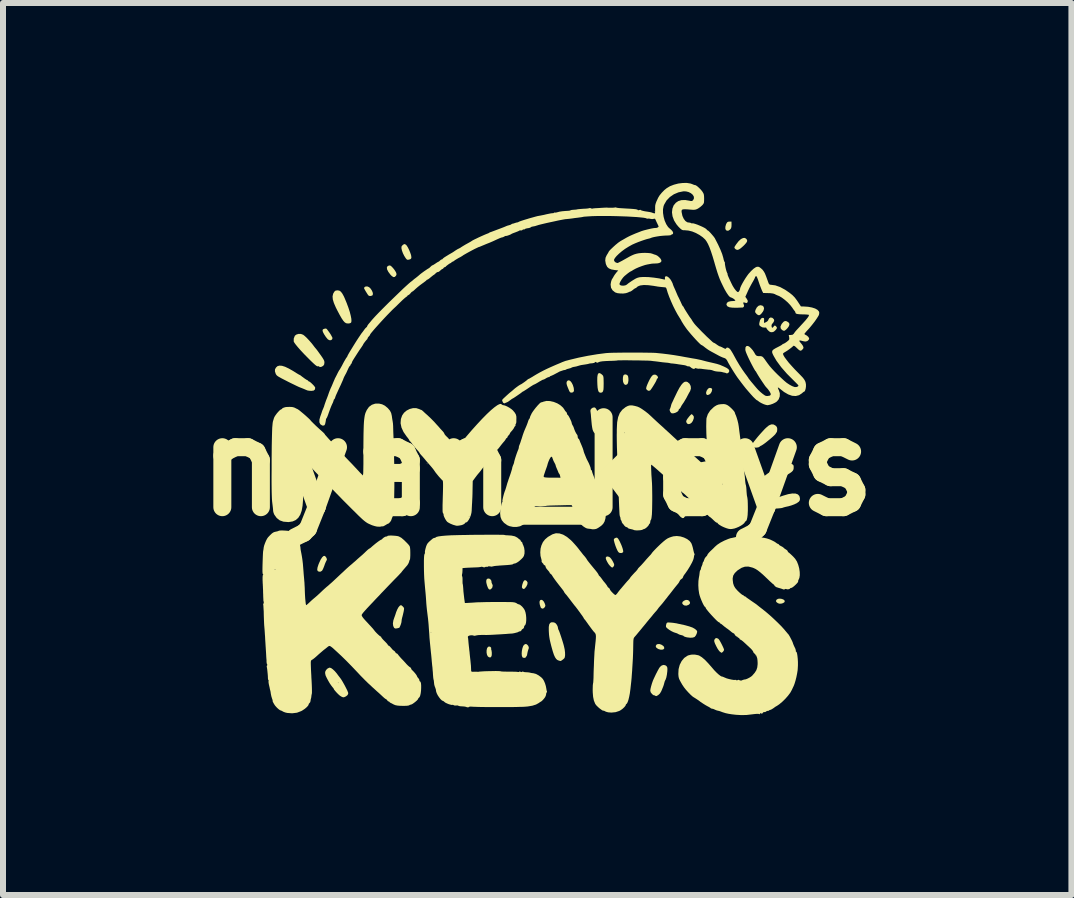
<source format=kicad_pcb>
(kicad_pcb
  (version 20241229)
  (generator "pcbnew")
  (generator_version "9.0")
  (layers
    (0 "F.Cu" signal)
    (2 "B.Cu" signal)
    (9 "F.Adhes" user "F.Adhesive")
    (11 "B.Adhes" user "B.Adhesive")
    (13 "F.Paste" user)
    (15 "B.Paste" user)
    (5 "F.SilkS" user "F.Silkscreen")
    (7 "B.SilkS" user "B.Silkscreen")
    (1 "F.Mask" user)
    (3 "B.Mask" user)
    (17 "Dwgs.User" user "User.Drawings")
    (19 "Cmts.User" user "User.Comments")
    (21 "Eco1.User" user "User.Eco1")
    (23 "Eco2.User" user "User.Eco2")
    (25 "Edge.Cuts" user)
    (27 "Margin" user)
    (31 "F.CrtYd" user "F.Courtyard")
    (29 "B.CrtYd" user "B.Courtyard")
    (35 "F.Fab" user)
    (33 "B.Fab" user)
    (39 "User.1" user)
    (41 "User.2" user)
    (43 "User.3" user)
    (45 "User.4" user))
  (footprint "nyan_keys"
    (layer "F.Cu")
    (at 5.907 4.728)
    (property "Reference" "nyan_keys" (at 0 0 0) (layer "F.SilkS") (effects (font (size 1.5 1.5) (thickness 0.3))))
    (attr board_only exclude_from_pos_files exclude_from_bom)
    (fp_poly (pts (xy -2.054 0.511) (xy -2.059 0.516) (xy -2.064 0.511) (xy -2.059 0.506)) (stroke (width 0) (type solid)) (fill yes) (layer "F.SilkS"))
    (fp_poly (pts (xy 1.965 -4.252) (xy 1.96 -4.247) (xy 1.955 -4.252) (xy 1.96 -4.256)) (stroke (width 0) (type solid)) (fill yes) (layer "F.SilkS"))
    (fp_poly (pts (xy -1.829 -0.046) (xy -1.83 -0.04) (xy -1.836 -0.04) (xy -1.844 -0.043) (xy -1.842 -0.046) (xy -1.83 -0.047)) (stroke (width 0) (type solid)) (fill yes) (layer "F.SilkS"))
    (fp_poly (pts (xy 2.513 2.227) (xy 2.534 2.241) (xy 2.548 2.266) (xy 2.544 2.289) (xy 2.525 2.306) (xy 2.489 2.32) (xy 2.455 2.317) (xy 2.431 2.302) (xy 2.417 2.28) (xy 2.423 2.258) (xy 2.446 2.238) (xy 2.48 2.224)) (stroke (width 0) (type solid)) (fill yes) (layer "F.SilkS"))
    (fp_poly (pts (xy 2.043 2.961) (xy 2.075 2.973) (xy 2.102 2.992) (xy 2.114 3.007) (xy 2.119 3.03) (xy 2.108 3.046) (xy 2.086 3.054) (xy 2.057 3.054) (xy 2.024 3.045) (xy 2.007 3.036) (xy 1.981 3.015) (xy 1.976 2.993) (xy 1.989 2.97) (xy 2.012 2.96)) (stroke (width 0) (type solid)) (fill yes) (layer "F.SilkS"))
    (fp_poly (pts (xy 3.24 -4.03) (xy 3.238 -3.994) (xy 3.231 -3.97) (xy 3.218 -3.953) (xy 3.191 -3.933) (xy 3.165 -3.931) (xy 3.147 -3.941) (xy 3.137 -3.963) (xy 3.137 -3.996) (xy 3.147 -4.034) (xy 3.153 -4.048) (xy 3.167 -4.071) (xy 3.184 -4.081) (xy 3.205 -4.083) (xy 3.239 -4.083)) (stroke (width 0) (type solid)) (fill yes) (layer "F.SilkS"))
    (fp_poly (pts (xy 4.079 2.208) (xy 4.107 2.219) (xy 4.124 2.235) (xy 4.128 2.247) (xy 4.119 2.265) (xy 4.096 2.279) (xy 4.067 2.287) (xy 4.036 2.287) (xy 4.013 2.279) (xy 3.988 2.26) (xy 3.98 2.242) (xy 3.99 2.223) (xy 3.994 2.218) (xy 4.017 2.206) (xy 4.047 2.203)) (stroke (width 0) (type solid)) (fill yes) (layer "F.SilkS"))
    (fp_poly (pts (xy -0.178 1.907) (xy -0.174 1.911) (xy -0.161 1.933) (xy -0.163 1.962) (xy -0.18 1.999) (xy -0.184 2.004) (xy -0.206 2.033) (xy -0.225 2.043) (xy -0.242 2.035) (xy -0.248 2.029) (xy -0.255 2.015) (xy -0.254 1.995) (xy -0.248 1.967) (xy -0.233 1.924) (xy -0.217 1.9) (xy -0.199 1.895)) (stroke (width 0) (type solid)) (fill yes) (layer "F.SilkS"))
    (fp_poly (pts (xy 2.897 -1.308) (xy 2.914 -1.297) (xy 2.917 -1.287) (xy 2.911 -1.254) (xy 2.895 -1.223) (xy 2.873 -1.203) (xy 2.871 -1.202) (xy 2.846 -1.192) (xy 2.83 -1.194) (xy 2.819 -1.208) (xy 2.818 -1.209) (xy 2.816 -1.233) (xy 2.825 -1.263) (xy 2.845 -1.293) (xy 2.855 -1.302) (xy 2.875 -1.311)) (stroke (width 0) (type solid)) (fill yes) (layer "F.SilkS"))
    (fp_poly (pts (xy 0.085 2.227) (xy 0.107 2.248) (xy 0.123 2.277) (xy 0.133 2.305) (xy 0.136 2.323) (xy 0.13 2.338) (xy 0.125 2.347) (xy 0.104 2.366) (xy 0.082 2.37) (xy 0.063 2.357) (xy 0.06 2.353) (xy 0.052 2.331) (xy 0.043 2.301) (xy 0.041 2.294) (xy 0.038 2.256) (xy 0.047 2.232) (xy 0.064 2.222)) (stroke (width 0) (type solid)) (fill yes) (layer "F.SilkS"))
    (fp_poly (pts (xy 1.489 -1.531) (xy 1.509 -1.516) (xy 1.514 -1.507) (xy 1.52 -1.473) (xy 1.521 -1.435) (xy 1.516 -1.401) (xy 1.507 -1.378) (xy 1.502 -1.372) (xy 1.478 -1.36) (xy 1.457 -1.367) (xy 1.443 -1.384) (xy 1.432 -1.411) (xy 1.428 -1.446) (xy 1.429 -1.483) (xy 1.435 -1.513) (xy 1.443 -1.526) (xy 1.464 -1.536)) (stroke (width 0) (type solid)) (fill yes) (layer "F.SilkS"))
    (fp_poly (pts (xy 3.755 -2.682) (xy 3.776 -2.662) (xy 3.782 -2.633) (xy 3.772 -2.598) (xy 3.76 -2.578) (xy 3.732 -2.542) (xy 3.709 -2.524) (xy 3.687 -2.523) (xy 3.664 -2.537) (xy 3.656 -2.545) (xy 3.638 -2.565) (xy 3.633 -2.582) (xy 3.638 -2.605) (xy 3.642 -2.616) (xy 3.662 -2.653) (xy 3.689 -2.679) (xy 3.719 -2.689) (xy 3.721 -2.689)) (stroke (width 0) (type solid)) (fill yes) (layer "F.SilkS"))
    (fp_poly (pts (xy 4.158 -2.422) (xy 4.178 -2.41) (xy 4.198 -2.393) (xy 4.205 -2.376) (xy 4.203 -2.358) (xy 4.193 -2.334) (xy 4.173 -2.307) (xy 4.15 -2.283) (xy 4.127 -2.266) (xy 4.115 -2.262) (xy 4.097 -2.268) (xy 4.081 -2.277) (xy 4.06 -2.302) (xy 4.056 -2.333) (xy 4.072 -2.37) (xy 4.079 -2.381) (xy 4.106 -2.412) (xy 4.131 -2.426)) (stroke (width 0) (type solid)) (fill yes) (layer "F.SilkS"))
    (fp_poly (pts (xy -2.44 -3.345) (xy -2.42 -3.326) (xy -2.408 -3.313) (xy -2.383 -3.283) (xy -2.363 -3.252) (xy -2.354 -3.236) (xy -2.346 -3.211) (xy -2.348 -3.194) (xy -2.356 -3.179) (xy -2.376 -3.16) (xy -2.398 -3.158) (xy -2.424 -3.175) (xy -2.446 -3.197) (xy -2.482 -3.245) (xy -2.503 -3.286) (xy -2.507 -3.317) (xy -2.496 -3.339) (xy -2.474 -3.35) (xy -2.457 -3.352)) (stroke (width 0) (type solid)) (fill yes) (layer "F.SilkS"))
    (fp_poly (pts (xy -0.8 1.869) (xy -0.779 1.883) (xy -0.764 1.906) (xy -0.762 1.928) (xy -0.759 1.943) (xy -0.756 1.948) (xy -0.742 1.98) (xy -0.747 2.014) (xy -0.756 2.029) (xy -0.779 2.05) (xy -0.799 2.051) (xy -0.811 2.041) (xy -0.824 2.017) (xy -0.837 1.982) (xy -0.847 1.943) (xy -0.85 1.924) (xy -0.848 1.891) (xy -0.834 1.872) (xy -0.807 1.868)) (stroke (width 0) (type solid)) (fill yes) (layer "F.SilkS"))
    (fp_poly (pts (xy -2.828 -3.001) (xy -2.828 -3.001) (xy -2.802 -2.989) (xy -2.778 -2.966) (xy -2.758 -2.936) (xy -2.744 -2.905) (xy -2.739 -2.877) (xy -2.745 -2.856) (xy -2.75 -2.852) (xy -2.774 -2.843) (xy -2.8 -2.844) (xy -2.813 -2.851) (xy -2.827 -2.869) (xy -2.844 -2.896) (xy -2.862 -2.925) (xy -2.877 -2.952) (xy -2.886 -2.97) (xy -2.887 -2.974) (xy -2.879 -2.992) (xy -2.857 -3.002)) (stroke (width 0) (type solid)) (fill yes) (layer "F.SilkS"))
    (fp_poly (pts (xy -0.787 3.005) (xy -0.784 3.006) (xy -0.769 3.02) (xy -0.767 3.031) (xy -0.769 3.046) (xy -0.767 3.05) (xy -0.763 3.062) (xy -0.759 3.088) (xy -0.757 3.106) (xy -0.758 3.148) (xy -0.768 3.174) (xy -0.785 3.185) (xy -0.808 3.178) (xy -0.824 3.165) (xy -0.837 3.14) (xy -0.844 3.105) (xy -0.844 3.067) (xy -0.837 3.033) (xy -0.824 3.012) (xy -0.806 3.001)) (stroke (width 0) (type solid)) (fill yes) (layer "F.SilkS"))
    (fp_poly (pts (xy -0.714 0.167) (xy -0.7 0.187) (xy -0.7 0.214) (xy -0.708 0.232) (xy -0.72 0.253) (xy -0.724 0.267) (xy -0.732 0.285) (xy -0.749 0.306) (xy -0.77 0.322) (xy -0.785 0.327) (xy -0.804 0.319) (xy -0.813 0.308) (xy -0.817 0.293) (xy -0.813 0.273) (xy -0.801 0.241) (xy -0.793 0.224) (xy -0.775 0.189) (xy -0.761 0.169) (xy -0.748 0.16) (xy -0.738 0.159)) (stroke (width 0) (type solid)) (fill yes) (layer "F.SilkS"))
    (fp_poly (pts (xy 0.555 -1.422) (xy 0.576 -1.395) (xy 0.594 -1.359) (xy 0.608 -1.314) (xy 0.61 -1.301) (xy 0.613 -1.265) (xy 0.604 -1.243) (xy 0.584 -1.233) (xy 0.576 -1.232) (xy 0.554 -1.234) (xy 0.541 -1.247) (xy 0.533 -1.262) (xy 0.511 -1.314) (xy 0.497 -1.351) (xy 0.49 -1.378) (xy 0.489 -1.397) (xy 0.493 -1.413) (xy 0.496 -1.419) (xy 0.513 -1.436) (xy 0.533 -1.436)) (stroke (width 0) (type solid)) (fill yes) (layer "F.SilkS"))
    (fp_poly (pts (xy 1.201 1.508) (xy 1.216 1.519) (xy 1.235 1.541) (xy 1.255 1.572) (xy 1.265 1.591) (xy 1.279 1.62) (xy 1.284 1.639) (xy 1.281 1.653) (xy 1.275 1.664) (xy 1.261 1.681) (xy 1.248 1.685) (xy 1.231 1.674) (xy 1.212 1.655) (xy 1.189 1.627) (xy 1.168 1.592) (xy 1.151 1.558) (xy 1.143 1.53) (xy 1.143 1.52) (xy 1.154 1.504) (xy 1.175 1.5)) (stroke (width 0) (type solid)) (fill yes) (layer "F.SilkS"))
    (fp_poly (pts (xy 2.584 -0.867) (xy 2.598 -0.853) (xy 2.611 -0.833) (xy 2.611 -0.808) (xy 2.609 -0.799) (xy 2.595 -0.76) (xy 2.574 -0.73) (xy 2.549 -0.712) (xy 2.524 -0.706) (xy 2.502 -0.714) (xy 2.491 -0.729) (xy 2.484 -0.746) (xy 2.486 -0.763) (xy 2.499 -0.787) (xy 2.501 -0.791) (xy 2.519 -0.815) (xy 2.54 -0.841) (xy 2.559 -0.861) (xy 2.573 -0.872) (xy 2.576 -0.873)) (stroke (width 0) (type solid)) (fill yes) (layer "F.SilkS"))
    (fp_poly (pts (xy -3.518 -2.299) (xy -3.505 -2.288) (xy -3.487 -2.264) (xy -3.465 -2.234) (xy -3.443 -2.201) (xy -3.426 -2.17) (xy -3.415 -2.148) (xy -3.413 -2.141) (xy -3.421 -2.118) (xy -3.44 -2.106) (xy -3.465 -2.106) (xy -3.49 -2.119) (xy -3.497 -2.127) (xy -3.524 -2.16) (xy -3.549 -2.198) (xy -3.568 -2.232) (xy -3.577 -2.256) (xy -3.579 -2.277) (xy -3.566 -2.29) (xy -3.559 -2.293) (xy -3.535 -2.3)) (stroke (width 0) (type solid)) (fill yes) (layer "F.SilkS"))
    (fp_poly (pts (xy 3.488 -3.793) (xy 3.49 -3.791) (xy 3.5 -3.773) (xy 3.499 -3.753) (xy 3.486 -3.73) (xy 3.46 -3.7) (xy 3.436 -3.676) (xy 3.394 -3.639) (xy 3.362 -3.618) (xy 3.335 -3.611) (xy 3.313 -3.619) (xy 3.299 -3.631) (xy 3.29 -3.643) (xy 3.288 -3.654) (xy 3.294 -3.669) (xy 3.31 -3.693) (xy 3.32 -3.708) (xy 3.359 -3.758) (xy 3.397 -3.792) (xy 3.432 -3.81) (xy 3.463 -3.811)) (stroke (width 0) (type solid)) (fill yes) (layer "F.SilkS"))
    (fp_poly (pts (xy -3.522 1.51) (xy -3.517 1.519) (xy -3.507 1.542) (xy -3.508 1.558) (xy -3.515 1.571) (xy -3.525 1.591) (xy -3.539 1.624) (xy -3.55 1.656) (xy -3.564 1.692) (xy -3.578 1.722) (xy -3.588 1.738) (xy -3.612 1.753) (xy -3.639 1.754) (xy -3.661 1.742) (xy -3.668 1.72) (xy -3.663 1.684) (xy -3.647 1.634) (xy -3.638 1.612) (xy -3.611 1.553) (xy -3.585 1.513) (xy -3.562 1.492) (xy -3.541 1.491)) (stroke (width 0) (type solid)) (fill yes) (layer "F.SilkS"))
    (fp_poly (pts (xy 1.335 1.189) (xy 1.352 1.207) (xy 1.372 1.242) (xy 1.378 1.254) (xy 1.404 1.311) (xy 1.422 1.36) (xy 1.432 1.398) (xy 1.434 1.423) (xy 1.43 1.431) (xy 1.406 1.443) (xy 1.377 1.442) (xy 1.355 1.429) (xy 1.34 1.406) (xy 1.323 1.37) (xy 1.305 1.324) (xy 1.289 1.274) (xy 1.285 1.258) (xy 1.278 1.23) (xy 1.278 1.214) (xy 1.285 1.203) (xy 1.295 1.196) (xy 1.317 1.186)) (stroke (width 0) (type solid)) (fill yes) (layer "F.SilkS"))
    (fp_poly (pts (xy -2.189 -3.698) (xy -2.174 -3.681) (xy -2.155 -3.65) (xy -2.136 -3.611) (xy -2.118 -3.568) (xy -2.104 -3.527) (xy -2.1 -3.507) (xy -2.098 -3.477) (xy -2.11 -3.459) (xy -2.138 -3.449) (xy -2.139 -3.449) (xy -2.161 -3.446) (xy -2.177 -3.454) (xy -2.194 -3.475) (xy -2.218 -3.513) (xy -2.24 -3.558) (xy -2.256 -3.603) (xy -2.264 -3.641) (xy -2.264 -3.641) (xy -2.262 -3.669) (xy -2.246 -3.689) (xy -2.24 -3.694) (xy -2.221 -3.707) (xy -2.207 -3.707)) (stroke (width 0) (type solid)) (fill yes) (layer "F.SilkS"))
    (fp_poly (pts (xy -0.174 2.964) (xy -0.152 2.987) (xy -0.151 2.989) (xy -0.141 3.011) (xy -0.141 3.032) (xy -0.147 3.048) (xy -0.157 3.081) (xy -0.165 3.117) (xy -0.165 3.12) (xy -0.17 3.146) (xy -0.177 3.162) (xy -0.179 3.163) (xy -0.188 3.175) (xy -0.189 3.178) (xy -0.197 3.188) (xy -0.215 3.191) (xy -0.235 3.188) (xy -0.246 3.181) (xy -0.256 3.156) (xy -0.259 3.118) (xy -0.256 3.075) (xy -0.247 3.031) (xy -0.234 2.994) (xy -0.22 2.974) (xy -0.198 2.96)) (stroke (width 0) (type solid)) (fill yes) (layer "F.SilkS"))
    (fp_poly (pts (xy 1.06 -1.548) (xy 1.078 -1.534) (xy 1.09 -1.523) (xy 1.098 -1.512) (xy 1.103 -1.497) (xy 1.106 -1.474) (xy 1.107 -1.439) (xy 1.108 -1.388) (xy 1.108 -1.387) (xy 1.107 -1.327) (xy 1.105 -1.285) (xy 1.098 -1.256) (xy 1.087 -1.239) (xy 1.071 -1.232) (xy 1.055 -1.23) (xy 1.034 -1.237) (xy 1.024 -1.248) (xy 1.014 -1.275) (xy 1.007 -1.314) (xy 1.003 -1.368) (xy 1.001 -1.431) (xy 1.002 -1.49) (xy 1.008 -1.53) (xy 1.02 -1.553) (xy 1.037 -1.558)) (stroke (width 0) (type solid)) (fill yes) (layer "F.SilkS"))
    (fp_poly (pts (xy 3.017 2.871) (xy 3.024 2.877) (xy 3.039 2.897) (xy 3.057 2.928) (xy 3.076 2.964) (xy 3.094 3.001) (xy 3.108 3.032) (xy 3.115 3.054) (xy 3.115 3.057) (xy 3.109 3.074) (xy 3.094 3.092) (xy 3.079 3.104) (xy 3.074 3.106) (xy 3.063 3.1) (xy 3.045 3.087) (xy 3.044 3.086) (xy 3.029 3.069) (xy 3.008 3.039) (xy 2.988 3.002) (xy 2.983 2.992) (xy 2.964 2.952) (xy 2.954 2.924) (xy 2.951 2.905) (xy 2.954 2.889) (xy 2.97 2.866) (xy 2.992 2.86)) (stroke (width 0) (type solid)) (fill yes) (layer "F.SilkS"))
    (fp_poly (pts (xy 2.309 0.613) (xy 2.338 0.628) (xy 2.368 0.655) (xy 2.396 0.69) (xy 2.406 0.706) (xy 2.417 0.724) (xy 2.433 0.751) (xy 2.443 0.768) (xy 2.459 0.796) (xy 2.465 0.815) (xy 2.462 0.832) (xy 2.459 0.838) (xy 2.443 0.858) (xy 2.423 0.861) (xy 2.396 0.845) (xy 2.388 0.838) (xy 2.37 0.818) (xy 2.344 0.788) (xy 2.316 0.753) (xy 2.306 0.74) (xy 2.281 0.705) (xy 2.265 0.681) (xy 2.259 0.665) (xy 2.259 0.652) (xy 2.263 0.642) (xy 2.276 0.621) (xy 2.287 0.612)) (stroke (width 0) (type solid)) (fill yes) (layer "F.SilkS"))
    (fp_poly (pts (xy 1.975 -1.53) (xy 2 -1.513) (xy 2.011 -1.496) (xy 2.014 -1.478) (xy 2.007 -1.469) (xy 2.004 -1.468) (xy 1.995 -1.46) (xy 1.994 -1.453) (xy 1.989 -1.439) (xy 1.976 -1.412) (xy 1.957 -1.379) (xy 1.935 -1.343) (xy 1.914 -1.31) (xy 1.895 -1.283) (xy 1.883 -1.269) (xy 1.882 -1.268) (xy 1.86 -1.261) (xy 1.837 -1.271) (xy 1.833 -1.274) (xy 1.819 -1.29) (xy 1.816 -1.301) (xy 1.821 -1.327) (xy 1.834 -1.363) (xy 1.853 -1.406) (xy 1.874 -1.449) (xy 1.896 -1.487) (xy 1.916 -1.514) (xy 1.918 -1.516) (xy 1.945 -1.532)) (stroke (width 0) (type solid)) (fill yes) (layer "F.SilkS"))
    (fp_poly (pts (xy -3.299 -2.932) (xy -3.274 -2.915) (xy -3.25 -2.884) (xy -3.224 -2.837) (xy -3.211 -2.808) (xy -3.177 -2.726) (xy -3.148 -2.648) (xy -3.125 -2.577) (xy -3.109 -2.514) (xy -3.099 -2.462) (xy -3.097 -2.423) (xy -3.103 -2.4) (xy -3.104 -2.398) (xy -3.123 -2.388) (xy -3.153 -2.384) (xy -3.183 -2.388) (xy -3.19 -2.391) (xy -3.211 -2.405) (xy -3.235 -2.432) (xy -3.263 -2.474) (xy -3.296 -2.532) (xy -3.335 -2.606) (xy -3.359 -2.654) (xy -3.39 -2.726) (xy -3.408 -2.786) (xy -3.412 -2.836) (xy -3.403 -2.878) (xy -3.398 -2.889) (xy -3.381 -2.917) (xy -3.363 -2.932) (xy -3.338 -2.936) (xy -3.328 -2.937)) (stroke (width 0) (type solid)) (fill yes) (layer "F.SilkS"))
    (fp_poly (pts (xy 0.965 -0.981) (xy 0.981 -0.964) (xy 0.998 -0.931) (xy 1.016 -0.888) (xy 1.031 -0.837) (xy 1.042 -0.784) (xy 1.046 -0.759) (xy 1.051 -0.724) (xy 1.058 -0.684) (xy 1.061 -0.67) (xy 1.065 -0.607) (xy 1.06 -0.579) (xy 1.048 -0.548) (xy 1.029 -0.533) (xy 1 -0.533) (xy 0.997 -0.534) (xy 0.974 -0.544) (xy 0.959 -0.554) (xy 0.945 -0.569) (xy 0.934 -0.588) (xy 0.924 -0.613) (xy 0.917 -0.647) (xy 0.91 -0.693) (xy 0.904 -0.754) (xy 0.897 -0.831) (xy 0.897 -0.833) (xy 0.894 -0.871) (xy 0.89 -0.902) (xy 0.888 -0.92) (xy 0.887 -0.921) (xy 0.889 -0.945) (xy 0.904 -0.966) (xy 0.927 -0.981) (xy 0.953 -0.985)) (stroke (width 0) (type solid)) (fill yes) (layer "F.SilkS"))
    (fp_poly (pts (xy -2.259 2.318) (xy -2.24 2.335) (xy -2.238 2.337) (xy -2.226 2.351) (xy -2.22 2.365) (xy -2.221 2.384) (xy -2.226 2.414) (xy -2.228 2.424) (xy -2.237 2.463) (xy -2.246 2.5) (xy -2.252 2.52) (xy -2.259 2.552) (xy -2.262 2.581) (xy -2.262 2.582) (xy -2.266 2.607) (xy -2.277 2.641) (xy -2.291 2.674) (xy -2.298 2.687) (xy -2.308 2.691) (xy -2.33 2.697) (xy -2.335 2.698) (xy -2.362 2.702) (xy -2.38 2.695) (xy -2.387 2.688) (xy -2.401 2.659) (xy -2.406 2.617) (xy -2.399 2.568) (xy -2.382 2.517) (xy -2.381 2.515) (xy -2.374 2.496) (xy -2.363 2.464) (xy -2.352 2.429) (xy -2.334 2.385) (xy -2.314 2.348) (xy -2.293 2.323) (xy -2.274 2.312) (xy -2.272 2.312)) (stroke (width 0) (type solid)) (fill yes) (layer "F.SilkS"))
    (fp_poly (pts (xy 4.307 0.451) (xy 4.346 0.465) (xy 4.371 0.492) (xy 4.381 0.53) (xy 4.379 0.562) (xy 4.363 0.586) (xy 4.362 0.587) (xy 4.331 0.609) (xy 4.287 0.631) (xy 4.235 0.65) (xy 4.182 0.665) (xy 4.18 0.665) (xy 4.143 0.673) (xy 4.109 0.682) (xy 4.094 0.688) (xy 4.068 0.694) (xy 4.031 0.698) (xy 4.004 0.7) (xy 3.968 0.701) (xy 3.938 0.705) (xy 3.924 0.707) (xy 3.9 0.708) (xy 3.87 0.697) (xy 3.869 0.697) (xy 3.844 0.68) (xy 3.833 0.659) (xy 3.832 0.648) (xy 3.833 0.625) (xy 3.845 0.606) (xy 3.862 0.593) (xy 3.897 0.57) (xy 3.942 0.547) (xy 3.999 0.522) (xy 4.071 0.496) (xy 4.101 0.486) (xy 4.185 0.461) (xy 4.253 0.45)) (stroke (width 0) (type solid)) (fill yes) (layer "F.SilkS"))
    (fp_poly (pts (xy 3.94 -0.701) (xy 3.974 -0.682) (xy 3.994 -0.661) (xy 4.001 -0.639) (xy 4.002 -0.614) (xy 3.999 -0.587) (xy 3.993 -0.57) (xy 3.99 -0.568) (xy 3.98 -0.556) (xy 3.979 -0.55) (xy 3.971 -0.539) (xy 3.951 -0.518) (xy 3.922 -0.491) (xy 3.886 -0.46) (xy 3.848 -0.429) (xy 3.811 -0.399) (xy 3.777 -0.374) (xy 3.75 -0.356) (xy 3.734 -0.347) (xy 3.733 -0.347) (xy 3.719 -0.34) (xy 3.712 -0.333) (xy 3.687 -0.319) (xy 3.65 -0.314) (xy 3.63 -0.316) (xy 3.6 -0.326) (xy 3.585 -0.348) (xy 3.586 -0.372) (xy 3.595 -0.389) (xy 3.615 -0.417) (xy 3.644 -0.454) (xy 3.678 -0.496) (xy 3.717 -0.541) (xy 3.756 -0.584) (xy 3.794 -0.625) (xy 3.818 -0.648) (xy 3.863 -0.685) (xy 3.903 -0.702)) (stroke (width 0) (type solid)) (fill yes) (layer "F.SilkS"))
    (fp_poly (pts (xy 0.274 2.599) (xy 0.288 2.603) (xy 0.309 2.616) (xy 0.329 2.642) (xy 0.343 2.673) (xy 0.347 2.697) (xy 0.352 2.717) (xy 0.356 2.724) (xy 0.363 2.738) (xy 0.374 2.767) (xy 0.388 2.808) (xy 0.404 2.856) (xy 0.421 2.909) (xy 0.437 2.962) (xy 0.446 2.996) (xy 0.458 3.05) (xy 0.464 3.101) (xy 0.465 3.146) (xy 0.46 3.18) (xy 0.454 3.195) (xy 0.438 3.211) (xy 0.417 3.227) (xy 0.398 3.24) (xy 0.387 3.243) (xy 0.375 3.24) (xy 0.36 3.236) (xy 0.336 3.226) (xy 0.316 3.208) (xy 0.297 3.18) (xy 0.279 3.141) (xy 0.261 3.087) (xy 0.241 3.017) (xy 0.235 2.995) (xy 0.22 2.935) (xy 0.209 2.887) (xy 0.202 2.845) (xy 0.197 2.804) (xy 0.194 2.756) (xy 0.193 2.734) (xy 0.193 2.675) (xy 0.2 2.634) (xy 0.216 2.608) (xy 0.24 2.597)) (stroke (width 0) (type solid)) (fill yes) (layer "F.SilkS"))
    (fp_poly (pts (xy 2.141 3.317) (xy 2.152 3.325) (xy 2.163 3.338) (xy 2.169 3.353) (xy 2.171 3.377) (xy 2.169 3.414) (xy 2.169 3.416) (xy 2.162 3.473) (xy 2.152 3.521) (xy 2.139 3.557) (xy 2.133 3.567) (xy 2.126 3.583) (xy 2.119 3.608) (xy 2.118 3.612) (xy 2.109 3.645) (xy 2.098 3.676) (xy 2.086 3.705) (xy 2.072 3.739) (xy 2.068 3.748) (xy 2.046 3.785) (xy 2.019 3.81) (xy 1.996 3.824) (xy 1.984 3.828) (xy 1.973 3.825) (xy 1.962 3.819) (xy 1.948 3.813) (xy 1.945 3.815) (xy 1.938 3.812) (xy 1.922 3.8) (xy 1.915 3.794) (xy 1.892 3.765) (xy 1.885 3.736) (xy 1.889 3.707) (xy 1.899 3.665) (xy 1.913 3.617) (xy 1.929 3.571) (xy 1.944 3.537) (xy 1.98 3.461) (xy 2.01 3.403) (xy 2.033 3.362) (xy 2.048 3.341) (xy 2.077 3.317) (xy 2.11 3.308)) (stroke (width 0) (type solid)) (fill yes) (layer "F.SilkS"))
    (fp_poly (pts (xy 2.507 -1.408) (xy 2.54 -1.38) (xy 2.559 -1.342) (xy 2.563 -1.3) (xy 2.55 -1.258) (xy 2.548 -1.255) (xy 2.532 -1.228) (xy 2.514 -1.194) (xy 2.507 -1.181) (xy 2.487 -1.142) (xy 2.464 -1.104) (xy 2.445 -1.071) (xy 2.434 -1.056) (xy 2.407 -1.016) (xy 2.391 -0.985) (xy 2.38 -0.968) (xy 2.372 -0.962) (xy 2.362 -0.954) (xy 2.361 -0.949) (xy 2.353 -0.928) (xy 2.33 -0.909) (xy 2.3 -0.894) (xy 2.269 -0.886) (xy 2.243 -0.887) (xy 2.236 -0.891) (xy 2.22 -0.908) (xy 2.21 -0.931) (xy 2.208 -0.951) (xy 2.211 -0.956) (xy 2.219 -0.973) (xy 2.227 -0.999) (xy 2.228 -1.002) (xy 2.235 -1.03) (xy 2.242 -1.05) (xy 2.243 -1.051) (xy 2.25 -1.066) (xy 2.264 -1.095) (xy 2.281 -1.133) (xy 2.297 -1.166) (xy 2.337 -1.249) (xy 2.372 -1.314) (xy 2.404 -1.362) (xy 2.432 -1.394) (xy 2.459 -1.412) (xy 2.485 -1.415)) (stroke (width 0) (type solid)) (fill yes) (layer "F.SilkS"))
    (fp_poly (pts (xy 2.211 2.602) (xy 2.23 2.603) (xy 2.269 2.607) (xy 2.302 2.612) (xy 2.322 2.615) (xy 2.352 2.622) (xy 2.371 2.626) (xy 2.463 2.646) (xy 2.535 2.666) (xy 2.591 2.686) (xy 2.631 2.709) (xy 2.653 2.728) (xy 2.665 2.743) (xy 2.667 2.759) (xy 2.66 2.784) (xy 2.659 2.788) (xy 2.645 2.817) (xy 2.627 2.839) (xy 2.623 2.843) (xy 2.593 2.853) (xy 2.55 2.855) (xy 2.499 2.849) (xy 2.478 2.844) (xy 2.454 2.836) (xy 2.441 2.828) (xy 2.441 2.826) (xy 2.432 2.82) (xy 2.41 2.813) (xy 2.404 2.812) (xy 2.375 2.804) (xy 2.353 2.794) (xy 2.351 2.793) (xy 2.332 2.782) (xy 2.304 2.773) (xy 2.303 2.773) (xy 2.274 2.763) (xy 2.239 2.746) (xy 2.204 2.725) (xy 2.174 2.703) (xy 2.153 2.683) (xy 2.147 2.674) (xy 2.147 2.65) (xy 2.153 2.625) (xy 2.159 2.611) (xy 2.168 2.603) (xy 2.183 2.6)) (stroke (width 0) (type solid)) (fill yes) (layer "F.SilkS"))
    (fp_poly (pts (xy -3.939 -2.21) (xy -3.904 -2.197) (xy -3.903 -2.197) (xy -3.875 -2.175) (xy -3.838 -2.14) (xy -3.798 -2.097) (xy -3.758 -2.051) (xy -3.737 -2.024) (xy -3.716 -1.996) (xy -3.699 -1.975) (xy -3.69 -1.965) (xy -3.69 -1.965) (xy -3.682 -1.955) (xy -3.665 -1.933) (xy -3.642 -1.901) (xy -3.616 -1.865) (xy -3.585 -1.821) (xy -3.565 -1.789) (xy -3.553 -1.765) (xy -3.548 -1.744) (xy -3.548 -1.733) (xy -3.552 -1.702) (xy -3.567 -1.68) (xy -3.572 -1.676) (xy -3.6 -1.661) (xy -3.624 -1.658) (xy -3.636 -1.667) (xy -3.649 -1.673) (xy -3.652 -1.671) (xy -3.663 -1.67) (xy -3.679 -1.677) (xy -3.702 -1.694) (xy -3.733 -1.722) (xy -3.775 -1.762) (xy -3.821 -1.808) (xy -3.886 -1.874) (xy -3.942 -1.934) (xy -3.989 -1.987) (xy -4.025 -2.031) (xy -4.049 -2.064) (xy -4.06 -2.085) (xy -4.06 -2.087) (xy -4.059 -2.135) (xy -4.042 -2.177) (xy -4.039 -2.182) (xy -4.013 -2.201) (xy -3.977 -2.211)) (stroke (width 0) (type solid)) (fill yes) (layer "F.SilkS"))
    (fp_poly (pts (xy -3.436 3.361) (xy -3.407 3.382) (xy -3.375 3.412) (xy -3.344 3.448) (xy -3.333 3.463) (xy -3.313 3.49) (xy -3.295 3.513) (xy -3.292 3.517) (xy -3.276 3.538) (xy -3.255 3.57) (xy -3.232 3.61) (xy -3.208 3.653) (xy -3.186 3.696) (xy -3.167 3.734) (xy -3.155 3.764) (xy -3.15 3.78) (xy -3.161 3.81) (xy -3.189 3.833) (xy -3.198 3.837) (xy -3.22 3.847) (xy -3.236 3.848) (xy -3.255 3.842) (xy -3.271 3.833) (xy -3.29 3.821) (xy -3.315 3.799) (xy -3.342 3.772) (xy -3.366 3.745) (xy -3.385 3.722) (xy -3.393 3.707) (xy -3.393 3.706) (xy -3.399 3.695) (xy -3.414 3.678) (xy -3.433 3.653) (xy -3.458 3.617) (xy -3.464 3.607) (xy -3.324 3.607) (xy -3.319 3.612) (xy -3.314 3.607) (xy -3.319 3.602) (xy -3.324 3.607) (xy -3.464 3.607) (xy -3.483 3.574) (xy -3.506 3.532) (xy -3.523 3.496) (xy -3.528 3.485) (xy -3.535 3.454) (xy -3.536 3.427) (xy -3.535 3.423) (xy -3.521 3.394) (xy -3.496 3.369) (xy -3.468 3.355) (xy -3.458 3.354)) (stroke (width 0) (type solid)) (fill yes) (layer "F.SilkS"))
    (fp_poly (pts (xy 3.919 -2.479) (xy 3.923 -2.477) (xy 3.947 -2.454) (xy 3.951 -2.428) (xy 3.935 -2.399) (xy 3.929 -2.393) (xy 3.91 -2.367) (xy 3.906 -2.343) (xy 3.907 -2.338) (xy 3.914 -2.316) (xy 3.926 -2.314) (xy 3.941 -2.332) (xy 3.955 -2.349) (xy 3.969 -2.348) (xy 3.983 -2.336) (xy 3.995 -2.32) (xy 3.996 -2.306) (xy 3.984 -2.286) (xy 3.974 -2.274) (xy 3.946 -2.248) (xy 3.917 -2.239) (xy 3.892 -2.24) (xy 3.873 -2.249) (xy 3.851 -2.268) (xy 3.831 -2.29) (xy 3.821 -2.308) (xy 3.82 -2.312) (xy 3.812 -2.317) (xy 3.793 -2.316) (xy 3.758 -2.319) (xy 3.732 -2.332) (xy 3.712 -2.346) (xy 3.703 -2.36) (xy 3.702 -2.381) (xy 3.705 -2.399) (xy 3.715 -2.44) (xy 3.733 -2.468) (xy 3.757 -2.479) (xy 3.765 -2.478) (xy 3.778 -2.474) (xy 3.783 -2.461) (xy 3.783 -2.434) (xy 3.782 -2.432) (xy 3.782 -2.407) (xy 3.785 -2.394) (xy 3.787 -2.393) (xy 3.822 -2.411) (xy 3.842 -2.425) (xy 3.852 -2.44) (xy 3.854 -2.447) (xy 3.869 -2.473) (xy 3.892 -2.485)) (stroke (width 0) (type solid)) (fill yes) (layer "F.SilkS"))
    (fp_poly (pts (xy 4.197 -0.062) (xy 4.222 -0.053) (xy 4.233 -0.048) (xy 4.259 -0.034) (xy 4.272 -0.021) (xy 4.276 -0.002) (xy 4.276 0.015) (xy 4.275 0.037) (xy 4.27 0.056) (xy 4.259 0.074) (xy 4.24 0.092) (xy 4.212 0.112) (xy 4.171 0.136) (xy 4.117 0.164) (xy 4.047 0.2) (xy 4.038 0.204) (xy 3.982 0.232) (xy 3.941 0.251) (xy 3.911 0.263) (xy 3.89 0.27) (xy 3.882 0.272) (xy 3.859 0.28) (xy 3.831 0.292) (xy 3.831 0.292) (xy 3.798 0.305) (xy 3.771 0.307) (xy 3.755 0.298) (xy 3.741 0.289) (xy 3.731 0.288) (xy 3.712 0.28) (xy 3.706 0.261) (xy 3.714 0.233) (xy 3.719 0.224) (xy 3.735 0.204) (xy 3.765 0.177) (xy 3.804 0.146) (xy 3.847 0.114) (xy 3.891 0.085) (xy 3.931 0.061) (xy 3.937 0.058) (xy 3.964 0.043) (xy 3.985 0.028) (xy 3.99 0.023) (xy 4.004 0.012) (xy 4.01 0.01) (xy 4.023 0.005) (xy 4.046 -0.007) (xy 4.059 -0.016) (xy 4.096 -0.035) (xy 4.135 -0.052) (xy 4.145 -0.055) (xy 4.174 -0.062)) (stroke (width 0) (type solid)) (fill yes) (layer "F.SilkS"))
    (fp_poly (pts (xy -4.255 -1.679) (xy -4.204 -1.663) (xy -4.141 -1.633) (xy -4.066 -1.59) (xy -4.053 -1.582) (xy -4.017 -1.559) (xy -3.987 -1.541) (xy -3.968 -1.53) (xy -3.963 -1.528) (xy -3.952 -1.523) (xy -3.946 -1.518) (xy -3.916 -1.495) (xy -3.885 -1.472) (xy -3.857 -1.453) (xy -3.837 -1.441) (xy -3.83 -1.439) (xy -3.82 -1.431) (xy -3.82 -1.429) (xy -3.812 -1.42) (xy -3.807 -1.419) (xy -3.792 -1.412) (xy -3.77 -1.394) (xy -3.745 -1.37) (xy -3.722 -1.346) (xy -3.706 -1.324) (xy -3.701 -1.313) (xy -3.707 -1.283) (xy -3.727 -1.266) (xy -3.763 -1.261) (xy -3.768 -1.261) (xy -3.802 -1.263) (xy -3.831 -1.268) (xy -3.839 -1.271) (xy -3.865 -1.282) (xy -3.893 -1.294) (xy -3.925 -1.307) (xy -3.959 -1.32) (xy -3.959 -1.32) (xy -3.978 -1.328) (xy -4.012 -1.344) (xy -4.057 -1.366) (xy -4.109 -1.391) (xy -4.165 -1.419) (xy -4.168 -1.421) (xy -4.229 -1.452) (xy -4.275 -1.476) (xy -4.307 -1.494) (xy -4.33 -1.509) (xy -4.345 -1.522) (xy -4.354 -1.535) (xy -4.359 -1.543) (xy -4.373 -1.586) (xy -4.372 -1.62) (xy -4.355 -1.65) (xy -4.33 -1.673) (xy -4.297 -1.682)) (stroke (width 0) (type solid)) (fill yes) (layer "F.SilkS"))
    (fp_poly (pts (xy -0.597 -1.039) (xy -0.595 -1.036) (xy -0.575 -1.024) (xy -0.563 -1.022) (xy -0.537 -1.016) (xy -0.502 -1.001) (xy -0.464 -0.98) (xy -0.429 -0.956) (xy -0.405 -0.935) (xy -0.374 -0.898) (xy -0.356 -0.867) (xy -0.348 -0.836) (xy -0.347 -0.805) (xy -0.348 -0.773) (xy -0.348 -0.746) (xy -0.348 -0.74) (xy -0.353 -0.717) (xy -0.359 -0.708) (xy -0.364 -0.691) (xy -0.362 -0.685) (xy -0.362 -0.676) (xy -0.366 -0.675) (xy -0.376 -0.666) (xy -0.382 -0.655) (xy -0.393 -0.633) (xy -0.411 -0.609) (xy -0.412 -0.607) (xy -0.436 -0.58) (xy -0.449 -0.564) (xy -0.455 -0.555) (xy -0.456 -0.548) (xy -0.456 -0.548) (xy -0.463 -0.535) (xy -0.476 -0.521) (xy -0.491 -0.503) (xy -0.496 -0.49) (xy -0.502 -0.477) (xy -0.506 -0.476) (xy -0.518 -0.468) (xy -0.523 -0.459) (xy -0.534 -0.44) (xy -0.552 -0.417) (xy -0.557 -0.412) (xy -0.578 -0.387) (xy -0.604 -0.355) (xy -0.621 -0.332) (xy -0.642 -0.305) (xy -0.661 -0.284) (xy -0.671 -0.275) (xy -0.683 -0.262) (xy -0.685 -0.256) (xy -0.691 -0.24) (xy -0.699 -0.229) (xy -0.719 -0.207) (xy -0.744 -0.178) (xy -0.771 -0.146) (xy -0.796 -0.115) (xy -0.817 -0.088) (xy -0.83 -0.07) (xy -0.833 -0.065) (xy -0.84 -0.054) (xy -0.855 -0.037) (xy -0.856 -0.037) (xy -0.874 -0.017) (xy -0.897 0.012) (xy -0.92 0.041) (xy -0.942 0.071) (xy -0.962 0.096) (xy -0.974 0.11) (xy -0.987 0.125) (xy -1.007 0.15) (xy -1.03 0.181) (xy -1.032 0.183) (xy -1.075 0.242) (xy -1.078 0.386) (xy -1.079 0.448) (xy -1.081 0.511) (xy -1.084 0.569) (xy -1.086 0.616) (xy -1.087 0.62) (xy -1.089 0.663) (xy -1.091 0.7) (xy -1.092 0.726) (xy -1.092 0.732) (xy -1.096 0.769) (xy -1.106 0.811) (xy -1.122 0.853) (xy -1.142 0.89) (xy -1.162 0.918) (xy -1.181 0.932) (xy -1.186 0.933) (xy -1.199 0.937) (xy -1.201 0.94) (xy -1.209 0.952) (xy -1.229 0.965) (xy -1.253 0.975) (xy -1.264 0.978) (xy -1.303 0.985) (xy -1.329 0.988) (xy -1.348 0.987) (xy -1.354 0.986) (xy -1.403 0.972) (xy -1.449 0.953) (xy -1.487 0.932) (xy -1.502 0.921) (xy -1.517 0.902) (xy -1.534 0.875) (xy -1.549 0.845) (xy -1.556 0.828) (xy -1.141 0.828) (xy -1.136 0.833) (xy -1.131 0.828) (xy -1.136 0.824) (xy -1.141 0.828) (xy -1.556 0.828) (xy -1.559 0.819) (xy -1.562 0.803) (xy -1.561 0.801) (xy -1.562 0.788) (xy -1.566 0.785) (xy -1.571 0.78) (xy -1.574 0.77) (xy -1.577 0.754) (xy -1.578 0.728) (xy -1.578 0.692) (xy -1.578 0.642) (xy -1.576 0.578) (xy -1.574 0.496) (xy -1.573 0.47) (xy -1.571 0.394) (xy -1.57 0.336) (xy -1.57 0.293) (xy -1.571 0.264) (xy -1.573 0.245) (xy -1.576 0.235) (xy -1.579 0.232) (xy -1.593 0.219) (xy -1.615 0.195) (xy -1.642 0.165) (xy -1.669 0.132) (xy -1.694 0.101) (xy -1.711 0.076) (xy -1.712 0.075) (xy -1.723 0.059) (xy -1.734 0.044) (xy -1.749 0.025) (xy -1.77 -0.000149) (xy -1.801 -0.036) (xy -1.813 -0.05) (xy -1.838 -0.078) (xy -1.861 -0.105) (xy -1.871 -0.118) (xy -1.889 -0.139) (xy -1.913 -0.167) (xy -1.927 -0.182) (xy -1.948 -0.206) (xy -1.961 -0.224) (xy -1.964 -0.23) (xy -1.971 -0.241) (xy -1.986 -0.26) (xy -1.992 -0.266) (xy -2.019 -0.296) (xy -2.048 -0.33) (xy -2.073 -0.362) (xy -2.092 -0.387) (xy -2.098 -0.396) (xy -2.113 -0.414) (xy -2.12 -0.42) (xy -2.132 -0.433) (xy -2.133 -0.438) (xy -2.139 -0.45) (xy -2.155 -0.473) (xy -2.176 -0.499) (xy -2.229 -0.575) (xy -2.263 -0.649) (xy -2.278 -0.721) (xy -2.273 -0.791) (xy -2.252 -0.851) (xy -2.221 -0.896) (xy -2.177 -0.933) (xy -2.126 -0.959) (xy -2.071 -0.973) (xy -2.017 -0.973) (xy -1.969 -0.958) (xy -1.947 -0.948) (xy -1.932 -0.943) (xy -1.931 -0.943) (xy -1.92 -0.936) (xy -1.901 -0.92) (xy -1.891 -0.91) (xy -1.864 -0.885) (xy -1.831 -0.856) (xy -1.812 -0.838) (xy -1.787 -0.815) (xy -1.753 -0.781) (xy -1.715 -0.742) (xy -1.681 -0.704) (xy -1.646 -0.666) (xy -1.615 -0.63) (xy -1.589 -0.602) (xy -1.572 -0.584) (xy -1.572 -0.584) (xy -1.556 -0.563) (xy -1.548 -0.547) (xy -1.548 -0.546) (xy -1.541 -0.533) (xy -1.524 -0.513) (xy -1.508 -0.497) (xy -1.486 -0.476) (xy -1.472 -0.459) (xy -1.468 -0.453) (xy -1.463 -0.442) (xy -1.448 -0.421) (xy -1.427 -0.394) (xy -1.404 -0.366) (xy -1.383 -0.341) (xy -1.366 -0.323) (xy -1.359 -0.318) (xy -1.345 -0.325) (xy -1.32 -0.347) (xy -1.286 -0.382) (xy -1.243 -0.429) (xy -1.193 -0.486) (xy -1.185 -0.496) (xy -1.089 -0.608) (xy -0.999 -0.708) (xy -0.916 -0.797) (xy -0.84 -0.874) (xy -0.773 -0.937) (xy -0.716 -0.985) (xy -0.669 -1.019) (xy -0.652 -1.029) (xy -0.625 -1.041) (xy -0.609 -1.044)) (stroke (width 0) (type solid)) (fill yes) (layer "F.SilkS"))
    (fp_poly (pts (xy -2.586 -1.037) (xy -2.54 -1.014) (xy -2.495 -0.977) (xy -2.489 -0.971) (xy -2.455 -0.931) (xy -2.435 -0.891) (xy -2.424 -0.843) (xy -2.42 -0.812) (xy -2.414 -0.774) (xy -2.411 -0.759) (xy -2.405 -0.717) (xy -2.402 -0.672) (xy -2.402 -0.66) (xy -2.401 -0.63) (xy -2.4 -0.586) (xy -2.398 -0.535) (xy -2.396 -0.486) (xy -2.389 -0.253) (xy -2.384 -0.037) (xy -2.381 0.164) (xy -2.382 0.353) (xy -2.385 0.532) (xy -2.387 0.595) (xy -2.388 0.652) (xy -2.39 0.702) (xy -2.391 0.742) (xy -2.392 0.769) (xy -2.392 0.778) (xy -2.396 0.798) (xy -2.407 0.827) (xy -2.412 0.837) (xy -2.423 0.864) (xy -2.43 0.884) (xy -2.431 0.888) (xy -2.437 0.903) (xy -2.451 0.923) (xy -2.468 0.942) (xy -2.481 0.952) (xy -2.483 0.953) (xy -2.496 0.957) (xy -2.518 0.97) (xy -2.531 0.978) (xy -2.556 0.992) (xy -2.573 0.999) (xy -2.577 0.998) (xy -2.589 0.997) (xy -2.603 1.001) (xy -2.625 1.004) (xy -2.657 1.003) (xy -2.677 1.001) (xy -2.711 0.993) (xy -2.755 0.979) (xy -2.798 0.96) (xy -2.805 0.957) (xy -2.825 0.947) (xy -2.843 0.936) (xy -2.863 0.922) (xy -2.885 0.905) (xy -2.911 0.883) (xy -2.942 0.854) (xy -2.981 0.817) (xy -3.028 0.77) (xy -3.086 0.713) (xy -3.156 0.643) (xy -3.173 0.626) (xy -3.237 0.562) (xy -3.297 0.5) (xy -3.352 0.444) (xy -3.4 0.394) (xy -3.439 0.352) (xy -3.469 0.32) (xy -3.487 0.3) (xy -3.49 0.295) (xy -3.507 0.273) (xy -3.521 0.259) (xy -3.525 0.258) (xy -3.537 0.251) (xy -3.561 0.229) (xy -3.597 0.194) (xy -3.644 0.147) (xy -3.702 0.087) (xy -3.769 0.015) (xy -3.814 -0.033) (xy -3.852 -0.072) (xy -3.884 -0.106) (xy -3.91 -0.131) (xy -3.926 -0.146) (xy -3.93 -0.149) (xy -3.933 -0.14) (xy -3.934 -0.116) (xy -3.933 -0.085) (xy -3.932 -0.044) (xy -3.936 -0.02) (xy -3.94 -0.014) (xy -3.946 -0.006) (xy -3.94 -0.001) (xy -3.935 0.012) (xy -3.931 0.045) (xy -3.928 0.098) (xy -3.925 0.17) (xy -3.923 0.219) (xy -3.921 0.282) (xy -3.919 0.338) (xy -3.916 0.384) (xy -3.913 0.417) (xy -3.91 0.435) (xy -3.909 0.437) (xy -3.906 0.448) (xy -3.904 0.475) (xy -3.903 0.514) (xy -3.904 0.551) (xy -3.912 0.653) (xy -3.927 0.737) (xy -3.951 0.804) (xy -3.984 0.856) (xy -4.026 0.893) (xy -4.078 0.916) (xy -4.141 0.926) (xy -4.157 0.926) (xy -4.231 0.92) (xy -4.293 0.898) (xy -4.343 0.859) (xy -4.382 0.805) (xy -4.388 0.793) (xy -4.398 0.765) (xy -4.403 0.742) (xy -4.403 0.739) (xy -4.404 0.721) (xy -4.407 0.689) (xy -4.412 0.647) (xy -4.416 0.615) (xy -4.42 0.582) (xy -4.423 0.541) (xy -4.425 0.491) (xy -4.427 0.429) (xy -4.428 0.354) (xy -4.429 0.264) (xy -4.429 0.157) (xy -4.428 0.045) (xy -4.428 -0.105) (xy -4.427 -0.235) (xy -4.426 -0.348) (xy -4.424 -0.445) (xy -4.422 -0.526) (xy -4.42 -0.594) (xy -4.418 -0.649) (xy -4.414 -0.692) (xy -4.411 -0.725) (xy -4.407 -0.749) (xy -4.404 -0.759) (xy -4.396 -0.785) (xy -4.391 -0.801) (xy -4.391 -0.804) (xy -4.381 -0.827) (xy -4.362 -0.857) (xy -4.338 -0.889) (xy -4.312 -0.918) (xy -4.289 -0.941) (xy -4.271 -0.952) (xy -4.268 -0.953) (xy -4.257 -0.959) (xy -4.256 -0.961) (xy -4.248 -0.971) (xy -4.227 -0.981) (xy -4.201 -0.989) (xy -4.182 -0.992) (xy -4.127 -0.994) (xy -4.086 -0.992) (xy -4.053 -0.984) (xy -4.028 -0.972) (xy -4.009 -0.962) (xy -3.999 -0.958) (xy -3.987 -0.951) (xy -3.963 -0.934) (xy -3.933 -0.909) (xy -3.898 -0.88) (xy -3.862 -0.849) (xy -3.829 -0.819) (xy -3.802 -0.794) (xy -3.784 -0.776) (xy -3.779 -0.769) (xy -3.771 -0.759) (xy -3.75 -0.738) (xy -3.722 -0.71) (xy -3.688 -0.677) (xy -3.651 -0.643) (xy -3.615 -0.61) (xy -3.583 -0.582) (xy -3.579 -0.578) (xy -3.558 -0.558) (xy -3.544 -0.543) (xy -3.542 -0.539) (xy -3.536 -0.528) (xy -3.518 -0.508) (xy -3.493 -0.48) (xy -3.478 -0.463) (xy -3.45 -0.433) (xy -3.428 -0.409) (xy -3.415 -0.393) (xy -3.413 -0.39) (xy -3.407 -0.38) (xy -3.391 -0.363) (xy -3.391 -0.363) (xy -3.376 -0.347) (xy -3.351 -0.321) (xy -3.319 -0.287) (xy -3.284 -0.249) (xy -3.279 -0.244) (xy -3.238 -0.2) (xy -3.195 -0.153) (xy -3.155 -0.111) (xy -3.125 -0.08) (xy -3.089 -0.043) (xy -3.047 0.002) (xy -3.005 0.047) (xy -2.986 0.067) (xy -2.956 0.1) (xy -2.93 0.126) (xy -2.912 0.144) (xy -2.905 0.149) (xy -2.903 0.139) (xy -2.901 0.113) (xy -2.9 0.072) (xy -2.899 0.019) (xy -2.898 -0.042) (xy -2.898 -0.082) (xy -2.898 -0.223) (xy -2.898 -0.346) (xy -2.897 -0.452) (xy -2.896 -0.543) (xy -2.894 -0.62) (xy -2.892 -0.685) (xy -2.889 -0.739) (xy -2.885 -0.784) (xy -2.88 -0.821) (xy -2.875 -0.852) (xy -2.868 -0.879) (xy -2.86 -0.902) (xy -2.85 -0.923) (xy -2.842 -0.941) (xy -2.805 -0.994) (xy -2.757 -1.029) (xy -2.701 -1.048) (xy -2.638 -1.049)) (stroke (width 0) (type solid)) (fill yes) (layer "F.SilkS"))
    (fp_poly (pts (xy 1.633 -1.899) (xy 1.717 -1.899) (xy 1.796 -1.898) (xy 1.868 -1.897) (xy 1.927 -1.896) (xy 1.973 -1.894) (xy 1.994 -1.892) (xy 2.084 -1.883) (xy 2.183 -1.871) (xy 2.282 -1.857) (xy 2.372 -1.842) (xy 2.401 -1.837) (xy 2.459 -1.826) (xy 2.522 -1.815) (xy 2.582 -1.804) (xy 2.601 -1.801) (xy 2.649 -1.793) (xy 2.696 -1.783) (xy 2.734 -1.775) (xy 2.745 -1.772) (xy 2.775 -1.764) (xy 2.817 -1.753) (xy 2.867 -1.741) (xy 2.907 -1.732) (xy 2.958 -1.72) (xy 2.995 -1.711) (xy 3.024 -1.702) (xy 3.049 -1.694) (xy 3.076 -1.682) (xy 3.111 -1.667) (xy 3.158 -1.644) (xy 3.188 -1.623) (xy 3.201 -1.602) (xy 3.201 -1.584) (xy 3.19 -1.565) (xy 3.172 -1.554) (xy 3.155 -1.553) (xy 3.151 -1.556) (xy 3.137 -1.562) (xy 3.123 -1.565) (xy 3.098 -1.57) (xy 3.086 -1.574) (xy 3.068 -1.578) (xy 3.038 -1.581) (xy 3.016 -1.582) (xy 2.98 -1.586) (xy 2.949 -1.593) (xy 2.936 -1.598) (xy 2.911 -1.607) (xy 2.878 -1.613) (xy 2.867 -1.613) (xy 2.832 -1.617) (xy 2.788 -1.622) (xy 2.763 -1.625) (xy 2.73 -1.63) (xy 2.704 -1.631) (xy 2.693 -1.63) (xy 2.677 -1.631) (xy 2.656 -1.636) (xy 2.635 -1.641) (xy 2.629 -1.637) (xy 2.622 -1.628) (xy 2.604 -1.628) (xy 2.582 -1.637) (xy 2.562 -1.651) (xy 2.562 -1.652) (xy 2.542 -1.667) (xy 2.525 -1.67) (xy 2.524 -1.67) (xy 2.505 -1.671) (xy 2.497 -1.675) (xy 2.48 -1.683) (xy 2.451 -1.69) (xy 2.435 -1.692) (xy 2.402 -1.697) (xy 2.375 -1.701) (xy 2.366 -1.702) (xy 2.318 -1.71) (xy 2.277 -1.715) (xy 2.249 -1.718) (xy 2.242 -1.718) (xy 2.219 -1.721) (xy 2.213 -1.723) (xy 2.193 -1.727) (xy 2.165 -1.731) (xy 2.158 -1.731) (xy 2.128 -1.734) (xy 2.087 -1.738) (xy 2.044 -1.744) (xy 2.044 -1.744) (xy 2.006 -1.749) (xy 1.974 -1.753) (xy 1.956 -1.755) (xy 1.955 -1.755) (xy 1.935 -1.757) (xy 1.907 -1.761) (xy 1.905 -1.761) (xy 1.886 -1.763) (xy 1.851 -1.765) (xy 1.804 -1.766) (xy 1.748 -1.767) (xy 1.686 -1.769) (xy 1.62 -1.769) (xy 1.555 -1.77) (xy 1.493 -1.771) (xy 1.437 -1.771) (xy 1.39 -1.77) (xy 1.356 -1.77) (xy 1.338 -1.769) (xy 1.336 -1.768) (xy 1.323 -1.766) (xy 1.295 -1.764) (xy 1.255 -1.762) (xy 1.211 -1.761) (xy 1.14 -1.758) (xy 1.087 -1.754) (xy 1.049 -1.748) (xy 1.024 -1.74) (xy 1.015 -1.734) (xy 0.998 -1.73) (xy 0.986 -1.737) (xy 0.972 -1.745) (xy 0.963 -1.737) (xy 0.962 -1.736) (xy 0.948 -1.727) (xy 0.922 -1.722) (xy 0.916 -1.721) (xy 0.887 -1.719) (xy 0.865 -1.715) (xy 0.863 -1.714) (xy 0.845 -1.709) (xy 0.812 -1.703) (xy 0.772 -1.697) (xy 0.739 -1.692) (xy 0.724 -1.689) (xy 0.698 -1.682) (xy 0.685 -1.678) (xy 0.651 -1.668) (xy 0.619 -1.662) (xy 0.611 -1.661) (xy 0.587 -1.655) (xy 0.572 -1.648) (xy 0.555 -1.64) (xy 0.529 -1.633) (xy 0.526 -1.632) (xy 0.499 -1.625) (xy 0.481 -1.617) (xy 0.48 -1.616) (xy 0.464 -1.609) (xy 0.46 -1.609) (xy 0.444 -1.607) (xy 0.437 -1.605) (xy 0.413 -1.597) (xy 0.407 -1.595) (xy 0.387 -1.588) (xy 0.382 -1.587) (xy 0.369 -1.581) (xy 0.344 -1.567) (xy 0.311 -1.55) (xy 0.304 -1.546) (xy 0.27 -1.528) (xy 0.241 -1.515) (xy 0.224 -1.508) (xy 0.222 -1.508) (xy 0.21 -1.502) (xy 0.208 -1.497) (xy 0.201 -1.49) (xy 0.196 -1.491) (xy 0.181 -1.488) (xy 0.157 -1.477) (xy 0.149 -1.472) (xy 0.124 -1.457) (xy 0.105 -1.449) (xy 0.102 -1.449) (xy 0.087 -1.444) (xy 0.062 -1.43) (xy 0.03 -1.412) (xy 0.026 -1.409) (xy -0.006 -1.39) (xy -0.031 -1.376) (xy -0.045 -1.369) (xy -0.046 -1.369) (xy -0.058 -1.364) (xy -0.082 -1.35) (xy -0.115 -1.329) (xy -0.143 -1.31) (xy -0.18 -1.285) (xy -0.21 -1.266) (xy -0.231 -1.253) (xy -0.238 -1.25) (xy -0.25 -1.243) (xy -0.25 -1.243) (xy -0.259 -1.235) (xy -0.28 -1.219) (xy -0.309 -1.199) (xy -0.341 -1.177) (xy -0.372 -1.156) (xy -0.397 -1.14) (xy -0.412 -1.132) (xy -0.412 -1.132) (xy -0.425 -1.124) (xy -0.447 -1.108) (xy -0.459 -1.099) (xy -0.484 -1.081) (xy -0.505 -1.07) (xy -0.511 -1.068) (xy -0.528 -1.061) (xy -0.532 -1.059) (xy -0.55 -1.052) (xy -0.567 -1.062) (xy -0.576 -1.077) (xy -0.583 -1.097) (xy -0.585 -1.107) (xy -0.579 -1.117) (xy -0.561 -1.136) (xy -0.535 -1.16) (xy -0.506 -1.187) (xy -0.478 -1.212) (xy -0.461 -1.227) (xy -0.43 -1.252) (xy -0.4 -1.277) (xy -0.392 -1.285) (xy -0.368 -1.305) (xy -0.339 -1.327) (xy -0.311 -1.347) (xy -0.287 -1.362) (xy -0.274 -1.369) (xy -0.274 -1.369) (xy -0.262 -1.375) (xy -0.241 -1.389) (xy -0.215 -1.407) (xy -0.189 -1.426) (xy -0.169 -1.442) (xy -0.16 -1.451) (xy -0.149 -1.458) (xy -0.148 -1.459) (xy -0.136 -1.463) (xy -0.112 -1.477) (xy -0.079 -1.496) (xy -0.057 -1.51) (xy -0.01 -1.538) (xy 0.045 -1.569) (xy 0.1 -1.598) (xy 0.122 -1.609) (xy 0.161 -1.628) (xy 0.209 -1.65) (xy 0.263 -1.674) (xy 0.318 -1.698) (xy 0.371 -1.72) (xy 0.417 -1.74) (xy 0.454 -1.754) (xy 0.476 -1.762) (xy 0.476 -1.762) (xy 0.494 -1.766) (xy 0.523 -1.774) (xy 0.546 -1.78) (xy 0.691 -1.815) (xy 0.846 -1.846) (xy 1.002 -1.872) (xy 1.149 -1.891) (xy 1.166 -1.892) (xy 1.198 -1.894) (xy 1.247 -1.896) (xy 1.309 -1.897) (xy 1.382 -1.898) (xy 1.463 -1.899) (xy 1.547 -1.899)) (stroke (width 0) (type solid)) (fill yes) (layer "F.SilkS"))
    (fp_poly (pts (xy 0.213 -1.091) (xy 0.275 -1.077) (xy 0.335 -1.053) (xy 0.388 -1.02) (xy 0.431 -0.981) (xy 0.453 -0.949) (xy 0.467 -0.926) (xy 0.481 -0.911) (xy 0.483 -0.91) (xy 0.494 -0.894) (xy 0.496 -0.883) (xy 0.5 -0.867) (xy 0.506 -0.863) (xy 0.514 -0.855) (xy 0.528 -0.834) (xy 0.543 -0.805) (xy 0.558 -0.774) (xy 0.57 -0.746) (xy 0.575 -0.726) (xy 0.575 -0.724) (xy 0.581 -0.704) (xy 0.589 -0.689) (xy 0.603 -0.664) (xy 0.61 -0.645) (xy 0.621 -0.613) (xy 0.635 -0.58) (xy 0.65 -0.552) (xy 0.662 -0.534) (xy 0.665 -0.531) (xy 0.672 -0.517) (xy 0.675 -0.496) (xy 0.678 -0.475) (xy 0.685 -0.466) (xy 0.695 -0.458) (xy 0.705 -0.439) (xy 0.715 -0.411) (xy 0.723 -0.392) (xy 0.744 -0.343) (xy 0.757 -0.31) (xy 0.765 -0.288) (xy 0.769 -0.274) (xy 0.77 -0.273) (xy 0.774 -0.256) (xy 0.774 -0.255) (xy 0.778 -0.241) (xy 0.786 -0.219) (xy 0.799 -0.187) (xy 0.813 -0.152) (xy 0.826 -0.122) (xy 0.834 -0.107) (xy 0.86 -0.056) (xy 0.879 -0.011) (xy 0.891 0.024) (xy 0.893 0.04) (xy 0.897 0.056) (xy 0.903 0.06) (xy 0.911 0.068) (xy 0.913 0.076) (xy 0.916 0.091) (xy 0.926 0.121) (xy 0.94 0.158) (xy 0.949 0.181) (xy 0.964 0.221) (xy 0.977 0.255) (xy 0.985 0.277) (xy 0.986 0.283) (xy 0.994 0.301) (xy 1.001 0.311) (xy 1.012 0.333) (xy 1.016 0.349) (xy 1.022 0.371) (xy 1.033 0.402) (xy 1.042 0.422) (xy 1.055 0.451) (xy 1.065 0.473) (xy 1.067 0.481) (xy 1.071 0.495) (xy 1.079 0.522) (xy 1.091 0.558) (xy 1.095 0.571) (xy 1.109 0.614) (xy 1.123 0.657) (xy 1.133 0.69) (xy 1.134 0.693) (xy 1.144 0.746) (xy 1.145 0.808) (xy 1.137 0.869) (xy 1.122 0.919) (xy 1.1 0.956) (xy 1.067 0.989) (xy 1.019 1.022) (xy 0.994 1.036) (xy 0.977 1.042) (xy 0.952 1.046) (xy 0.927 1.047) (xy 0.911 1.046) (xy 0.91 1.045) (xy 0.898 1.042) (xy 0.874 1.039) (xy 0.861 1.038) (xy 0.829 1.033) (xy 0.799 1.019) (xy 0.763 0.995) (xy 0.759 0.991) (xy 0.715 0.952) (xy 0.679 0.904) (xy 0.648 0.843) (xy 0.629 0.797) (xy 0.618 0.767) (xy 0.608 0.745) (xy 0.604 0.739) (xy 0.598 0.723) (xy 0.591 0.696) (xy 0.59 0.687) (xy 0.583 0.661) (xy 0.575 0.646) (xy 0.572 0.644) (xy 0.556 0.644) (xy 0.52 0.644) (xy 0.466 0.645) (xy 0.393 0.647) (xy 0.302 0.649) (xy 0.268 0.65) (xy 0.224 0.651) (xy 0.189 0.653) (xy 0.166 0.654) (xy 0.159 0.655) (xy 0.147 0.658) (xy 0.122 0.66) (xy 0.114 0.661) (xy 0.085 0.664) (xy 0.063 0.666) (xy 0.06 0.666) (xy 0.041 0.666) (xy 0.012 0.663) (xy 0.003 0.662) (xy -0.026 0.66) (xy -0.043 0.669) (xy -0.053 0.692) (xy -0.056 0.705) (xy -0.062 0.725) (xy -0.074 0.75) (xy -0.074 0.75) (xy -0.085 0.774) (xy -0.089 0.791) (xy -0.089 0.791) (xy -0.096 0.803) (xy -0.099 0.804) (xy -0.108 0.812) (xy -0.109 0.819) (xy -0.114 0.832) (xy -0.119 0.833) (xy -0.128 0.841) (xy -0.129 0.849) (xy -0.137 0.865) (xy -0.144 0.87) (xy -0.157 0.883) (xy -0.159 0.89) (xy -0.167 0.908) (xy -0.188 0.931) (xy -0.217 0.956) (xy -0.249 0.978) (xy -0.281 0.994) (xy -0.288 0.997) (xy -0.344 1.008) (xy -0.404 1.007) (xy -0.462 0.995) (xy -0.499 0.979) (xy -0.554 0.939) (xy -0.591 0.894) (xy -0.612 0.841) (xy -0.618 0.784) (xy -0.617 0.755) (xy -0.612 0.718) (xy -0.606 0.679) (xy -0.599 0.642) (xy -0.591 0.614) (xy -0.585 0.597) (xy -0.582 0.595) (xy -0.578 0.588) (xy -0.58 0.579) (xy -0.58 0.563) (xy -0.574 0.533) (xy -0.565 0.494) (xy -0.554 0.453) (xy -0.541 0.414) (xy -0.536 0.402) (xy -0.529 0.382) (xy -0.519 0.35) (xy -0.511 0.322) (xy -0.499 0.28) (xy -0.484 0.236) (xy -0.477 0.213) (xy -0.458 0.159) (xy -0.458 0.159) (xy 0.108 0.159) (xy 0.108 0.169) (xy 0.114 0.177) (xy 0.128 0.181) (xy 0.154 0.184) (xy 0.194 0.186) (xy 0.249 0.186) (xy 0.388 0.187) (xy 0.381 0.155) (xy 0.374 0.132) (xy 0.365 0.118) (xy 0.365 0.118) (xy 0.356 0.108) (xy 0.356 0.106) (xy 0.352 0.094) (xy 0.342 0.07) (xy 0.332 0.047) (xy 0.319 0.017) (xy 0.31 -0.007) (xy 0.308 -0.017) (xy 0.303 -0.033) (xy 0.291 -0.057) (xy 0.288 -0.062) (xy 0.271 -0.095) (xy 0.258 -0.13) (xy 0.257 -0.132) (xy 0.249 -0.155) (xy 0.241 -0.163) (xy 0.23 -0.16) (xy 0.219 -0.146) (xy 0.204 -0.12) (xy 0.19 -0.088) (xy 0.178 -0.055) (xy 0.172 -0.035) (xy 0.169 -0.022) (xy 0.16 0.006) (xy 0.147 0.042) (xy 0.139 0.064) (xy 0.126 0.103) (xy 0.115 0.135) (xy 0.109 0.155) (xy 0.108 0.159) (xy -0.458 0.159) (xy -0.441 0.11) (xy -0.428 0.068) (xy -0.419 0.038) (xy -0.417 0.024) (xy -0.413 0.008) (xy -0.404 -0.017) (xy -0.4 -0.026) (xy -0.39 -0.051) (xy -0.385 -0.069) (xy -0.385 -0.071) (xy -0.383 -0.083) (xy -0.376 -0.109) (xy -0.366 -0.143) (xy -0.354 -0.18) (xy -0.342 -0.215) (xy -0.332 -0.242) (xy -0.328 -0.253) (xy -0.312 -0.292) (xy -0.306 -0.315) (xy -0.307 -0.322) (xy -0.304 -0.337) (xy -0.299 -0.352) (xy -0.292 -0.369) (xy -0.28 -0.401) (xy -0.267 -0.442) (xy -0.257 -0.471) (xy -0.241 -0.523) (xy -0.227 -0.563) (xy -0.214 -0.597) (xy -0.199 -0.632) (xy -0.18 -0.676) (xy -0.167 -0.709) (xy -0.156 -0.74) (xy -0.153 -0.75) (xy -0.143 -0.778) (xy -0.131 -0.796) (xy -0.122 -0.809) (xy -0.122 -0.814) (xy -0.121 -0.822) (xy -0.113 -0.843) (xy -0.098 -0.873) (xy -0.095 -0.881) (xy -0.077 -0.91) (xy -0.052 -0.945) (xy -0.024 -0.981) (xy 0.005 -1.015) (xy 0.032 -1.044) (xy 0.053 -1.063) (xy 0.066 -1.07) (xy 0.067 -1.07) (xy 0.08 -1.072) (xy 0.103 -1.08) (xy 0.104 -1.081) (xy 0.155 -1.093)) (stroke (width 0) (type solid)) (fill yes) (layer "F.SilkS"))
    (fp_poly (pts (xy 0.37 1.116) (xy 0.432 1.136) (xy 0.496 1.174) (xy 0.561 1.228) (xy 0.587 1.254) (xy 0.619 1.289) (xy 0.643 1.316) (xy 0.663 1.339) (xy 0.684 1.365) (xy 0.71 1.399) (xy 0.738 1.434) (xy 0.765 1.469) (xy 0.787 1.494) (xy 0.789 1.496) (xy 0.808 1.52) (xy 0.821 1.538) (xy 0.824 1.543) (xy 0.833 1.559) (xy 0.855 1.588) (xy 0.889 1.631) (xy 0.935 1.687) (xy 0.975 1.735) (xy 0.998 1.764) (xy 1.014 1.788) (xy 1.022 1.802) (xy 1.022 1.803) (xy 1.029 1.818) (xy 1.035 1.823) (xy 1.048 1.836) (xy 1.066 1.858) (xy 1.071 1.865) (xy 1.09 1.891) (xy 1.105 1.912) (xy 1.108 1.915) (xy 1.135 1.947) (xy 1.156 1.975) (xy 1.169 1.995) (xy 1.171 2.001) (xy 1.178 2.012) (xy 1.191 2.022) (xy 1.206 2.035) (xy 1.21 2.044) (xy 1.217 2.06) (xy 1.234 2.082) (xy 1.257 2.106) (xy 1.28 2.128) (xy 1.298 2.141) (xy 1.305 2.143) (xy 1.316 2.135) (xy 1.333 2.117) (xy 1.339 2.108) (xy 1.36 2.08) (xy 1.381 2.054) (xy 1.384 2.05) (xy 1.401 2.031) (xy 1.425 2.002) (xy 1.449 1.974) (xy 1.476 1.942) (xy 1.503 1.911) (xy 1.521 1.892) (xy 1.538 1.873) (xy 1.547 1.86) (xy 1.548 1.858) (xy 1.552 1.851) (xy 1.564 1.836) (xy 1.587 1.81) (xy 1.621 1.773) (xy 1.645 1.749) (xy 1.664 1.727) (xy 1.675 1.712) (xy 1.677 1.708) (xy 1.683 1.698) (xy 1.7 1.68) (xy 1.709 1.671) (xy 1.732 1.648) (xy 1.761 1.616) (xy 1.79 1.583) (xy 1.791 1.582) (xy 1.82 1.548) (xy 1.85 1.515) (xy 1.873 1.49) (xy 1.873 1.49) (xy 1.892 1.47) (xy 1.903 1.456) (xy 1.905 1.454) (xy 1.911 1.444) (xy 1.928 1.423) (xy 1.952 1.397) (xy 1.98 1.368) (xy 2.004 1.344) (xy 2.059 1.291) (xy 2.104 1.251) (xy 2.141 1.221) (xy 2.174 1.199) (xy 2.207 1.184) (xy 2.242 1.172) (xy 2.272 1.164) (xy 2.328 1.159) (xy 2.388 1.166) (xy 2.447 1.184) (xy 2.5 1.21) (xy 2.543 1.243) (xy 2.569 1.278) (xy 2.581 1.308) (xy 2.593 1.348) (xy 2.6 1.379) (xy 2.608 1.414) (xy 2.615 1.441) (xy 2.621 1.454) (xy 2.624 1.468) (xy 2.623 1.472) (xy 2.616 1.486) (xy 2.614 1.501) (xy 2.61 1.525) (xy 2.604 1.547) (xy 2.594 1.573) (xy 2.576 1.611) (xy 2.575 1.612) (xy 2.546 1.665) (xy 2.509 1.725) (xy 2.471 1.78) (xy 2.451 1.806) (xy 2.437 1.828) (xy 2.431 1.846) (xy 2.423 1.862) (xy 2.406 1.875) (xy 2.385 1.892) (xy 2.375 1.909) (xy 2.365 1.93) (xy 2.347 1.956) (xy 2.343 1.96) (xy 2.32 1.988) (xy 2.294 2.02) (xy 2.287 2.029) (xy 2.265 2.057) (xy 2.238 2.092) (xy 2.21 2.128) (xy 2.183 2.161) (xy 2.159 2.193) (xy 2.141 2.215) (xy 2.14 2.216) (xy 2.113 2.251) (xy 2.085 2.286) (xy 2.06 2.315) (xy 2.043 2.334) (xy 2.043 2.335) (xy 2.026 2.354) (xy 2.014 2.371) (xy 1.997 2.394) (xy 1.976 2.419) (xy 1.974 2.42) (xy 1.961 2.435) (xy 1.937 2.463) (xy 1.906 2.502) (xy 1.867 2.548) (xy 1.825 2.599) (xy 1.801 2.629) (xy 1.757 2.682) (xy 1.717 2.731) (xy 1.681 2.774) (xy 1.653 2.808) (xy 1.633 2.831) (xy 1.627 2.838) (xy 1.617 2.85) (xy 1.61 2.862) (xy 1.606 2.88) (xy 1.603 2.906) (xy 1.602 2.944) (xy 1.601 2.992) (xy 1.6 3.059) (xy 1.598 3.127) (xy 1.595 3.201) (xy 1.59 3.284) (xy 1.584 3.381) (xy 1.583 3.403) (xy 1.578 3.466) (xy 1.574 3.522) (xy 1.569 3.577) (xy 1.562 3.639) (xy 1.554 3.712) (xy 1.552 3.726) (xy 1.544 3.786) (xy 1.533 3.842) (xy 1.521 3.891) (xy 1.508 3.928) (xy 1.496 3.952) (xy 1.487 3.959) (xy 1.479 3.967) (xy 1.478 3.972) (xy 1.471 3.99) (xy 1.45 4.015) (xy 1.422 4.041) (xy 1.39 4.064) (xy 1.368 4.076) (xy 1.307 4.096) (xy 1.237 4.103) (xy 1.184 4.099) (xy 1.154 4.091) (xy 1.131 4.082) (xy 1.127 4.079) (xy 1.111 4.071) (xy 1.104 4.072) (xy 1.091 4.069) (xy 1.069 4.055) (xy 1.042 4.035) (xy 1.013 4.01) (xy 0.988 3.985) (xy 0.971 3.963) (xy 0.967 3.957) (xy 0.945 3.903) (xy 0.932 3.841) (xy 0.926 3.767) (xy 0.925 3.728) (xy 0.926 3.685) (xy 0.927 3.648) (xy 0.93 3.624) (xy 0.931 3.617) (xy 0.934 3.603) (xy 0.936 3.574) (xy 0.938 3.536) (xy 0.939 3.512) (xy 0.94 3.454) (xy 0.942 3.388) (xy 0.945 3.32) (xy 0.947 3.253) (xy 0.95 3.191) (xy 0.953 3.137) (xy 0.955 3.095) (xy 0.957 3.071) (xy 0.961 3.037) (xy 0.965 2.996) (xy 0.967 2.977) (xy 0.974 2.912) (xy 0.978 2.863) (xy 0.979 2.828) (xy 0.976 2.803) (xy 0.97 2.786) (xy 0.96 2.772) (xy 0.957 2.768) (xy 0.945 2.756) (xy 0.931 2.739) (xy 0.912 2.715) (xy 0.887 2.681) (xy 0.854 2.636) (xy 0.815 2.581) (xy 0.799 2.559) (xy 0.786 2.545) (xy 0.776 2.53) (xy 0.774 2.524) (xy 0.768 2.515) (xy 0.754 2.493) (xy 0.732 2.463) (xy 0.708 2.429) (xy 0.682 2.394) (xy 0.658 2.362) (xy 0.639 2.337) (xy 0.627 2.323) (xy 0.626 2.322) (xy 0.618 2.312) (xy 0.601 2.29) (xy 0.578 2.26) (xy 0.564 2.242) (xy 0.537 2.206) (xy 0.512 2.174) (xy 0.493 2.149) (xy 0.488 2.143) (xy 0.47 2.123) (xy 0.458 2.108) (xy 0.458 2.108) (xy 0.447 2.09) (xy 0.446 2.086) (xy 0.438 2.073) (xy 0.421 2.05) (xy 0.399 2.022) (xy 0.362 1.975) (xy 0.325 1.927) (xy 0.293 1.884) (xy 0.267 1.847) (xy 0.251 1.822) (xy 0.25 1.819) (xy 0.235 1.799) (xy 0.222 1.789) (xy 0.21 1.778) (xy 0.208 1.772) (xy 0.202 1.759) (xy 0.185 1.738) (xy 0.174 1.726) (xy 0.153 1.701) (xy 0.141 1.678) (xy 0.139 1.669) (xy 0.133 1.651) (xy 0.124 1.647) (xy 0.111 1.642) (xy 0.109 1.637) (xy 0.103 1.624) (xy 0.088 1.608) (xy 0.075 1.592) (xy 0.073 1.579) (xy 0.074 1.564) (xy 0.068 1.541) (xy 0.055 1.491) (xy 0.051 1.431) (xy 0.056 1.369) (xy 0.07 1.316) (xy 0.095 1.261) (xy 0.131 1.215) (xy 0.179 1.174) (xy 0.244 1.136) (xy 0.258 1.129) (xy 0.312 1.113)) (stroke (width 0) (type solid)) (fill yes) (layer "F.SilkS"))
    (fp_poly (pts (xy 3.134 -1.038) (xy 3.159 -1.029) (xy 3.178 -1.019) (xy 3.203 -1.001) (xy 3.231 -0.976) (xy 3.258 -0.949) (xy 3.28 -0.924) (xy 3.293 -0.905) (xy 3.294 -0.9) (xy 3.298 -0.887) (xy 3.307 -0.863) (xy 3.313 -0.851) (xy 3.326 -0.814) (xy 3.34 -0.767) (xy 3.352 -0.718) (xy 3.359 -0.676) (xy 3.36 -0.67) (xy 3.364 -0.639) (xy 3.37 -0.589) (xy 3.379 -0.522) (xy 3.383 -0.491) (xy 3.389 -0.446) (xy 3.395 -0.399) (xy 3.398 -0.369) (xy 3.402 -0.338) (xy 3.405 -0.316) (xy 3.407 -0.309) (xy 3.41 -0.297) (xy 3.413 -0.27) (xy 3.417 -0.233) (xy 3.418 -0.222) (xy 3.421 -0.18) (xy 3.425 -0.145) (xy 3.427 -0.12) (xy 3.428 -0.117) (xy 3.431 -0.095) (xy 3.435 -0.061) (xy 3.438 -0.035) (xy 3.442 -0.002) (xy 3.445 0.026) (xy 3.448 0.056) (xy 3.453 0.094) (xy 3.457 0.129) (xy 3.461 0.164) (xy 3.465 0.208) (xy 3.467 0.236) (xy 3.471 0.271) (xy 3.475 0.297) (xy 3.479 0.309) (xy 3.482 0.324) (xy 3.486 0.352) (xy 3.489 0.39) (xy 3.489 0.401) (xy 3.492 0.44) (xy 3.495 0.473) (xy 3.498 0.494) (xy 3.499 0.496) (xy 3.504 0.521) (xy 3.509 0.562) (xy 3.511 0.614) (xy 3.512 0.673) (xy 3.512 0.735) (xy 3.509 0.796) (xy 3.509 0.804) (xy 3.503 0.85) (xy 3.495 0.885) (xy 3.485 0.907) (xy 3.477 0.913) (xy 3.464 0.921) (xy 3.463 0.926) (xy 3.454 0.942) (xy 3.431 0.963) (xy 3.399 0.985) (xy 3.36 1.006) (xy 3.32 1.023) (xy 3.284 1.035) (xy 3.282 1.035) (xy 3.245 1.042) (xy 3.217 1.043) (xy 3.189 1.039) (xy 3.155 1.029) (xy 3.116 1.014) (xy 3.077 0.996) (xy 3.043 0.976) (xy 3.018 0.958) (xy 3.007 0.944) (xy 3.006 0.942) (xy 3 0.936) (xy 2.997 0.937) (xy 2.986 0.934) (xy 2.966 0.919) (xy 2.94 0.895) (xy 2.938 0.893) (xy 2.913 0.869) (xy 2.892 0.851) (xy 2.882 0.843) (xy 2.881 0.843) (xy 2.871 0.837) (xy 2.854 0.821) (xy 2.852 0.819) (xy 2.835 0.802) (xy 2.824 0.794) (xy 2.823 0.794) (xy 2.811 0.787) (xy 2.791 0.771) (xy 2.768 0.75) (xy 2.755 0.737) (xy 2.737 0.721) (xy 2.723 0.714) (xy 2.711 0.706) (xy 2.699 0.686) (xy 2.699 0.685) (xy 2.687 0.664) (xy 2.674 0.655) (xy 2.673 0.655) (xy 2.661 0.648) (xy 2.638 0.631) (xy 2.609 0.605) (xy 2.585 0.583) (xy 2.532 0.532) (xy 2.491 0.494) (xy 2.462 0.466) (xy 2.442 0.449) (xy 2.43 0.439) (xy 2.425 0.437) (xy 2.416 0.43) (xy 2.398 0.412) (xy 2.374 0.387) (xy 2.37 0.382) (xy 2.345 0.356) (xy 2.324 0.336) (xy 2.313 0.328) (xy 2.312 0.327) (xy 2.303 0.321) (xy 2.282 0.304) (xy 2.269 0.293) (xy 3.086 0.293) (xy 3.091 0.298) (xy 3.096 0.293) (xy 3.091 0.288) (xy 3.086 0.293) (xy 2.269 0.293) (xy 2.254 0.279) (xy 2.239 0.265) (xy 2.203 0.232) (xy 2.165 0.197) (xy 2.133 0.169) (xy 2.127 0.164) (xy 2.093 0.134) (xy 2.055 0.1) (xy 2.031 0.079) (xy 2.003 0.054) (xy 1.978 0.032) (xy 1.964 0.02) (xy 1.933 -0.006) (xy 1.915 -0.021) (xy 1.905 -0.028) (xy 1.901 -0.03) (xy 1.899 -0.02) (xy 1.899 0.005) (xy 1.9 0.042) (xy 1.902 0.088) (xy 1.904 0.139) (xy 1.908 0.191) (xy 1.911 0.238) (xy 1.914 0.281) (xy 1.916 0.339) (xy 1.917 0.408) (xy 1.918 0.483) (xy 1.918 0.56) (xy 1.917 0.635) (xy 1.916 0.704) (xy 1.914 0.761) (xy 1.912 0.804) (xy 1.911 0.809) (xy 1.907 0.846) (xy 1.902 0.875) (xy 1.896 0.89) (xy 1.895 0.891) (xy 1.888 0.902) (xy 1.885 0.924) (xy 1.882 0.944) (xy 1.875 0.953) (xy 1.866 0.96) (xy 1.865 0.965) (xy 1.858 0.98) (xy 1.84 1.001) (xy 1.818 1.022) (xy 1.796 1.037) (xy 1.784 1.042) (xy 1.764 1.048) (xy 1.76 1.052) (xy 1.744 1.058) (xy 1.715 1.063) (xy 1.681 1.065) (xy 1.647 1.065) (xy 1.621 1.062) (xy 1.613 1.059) (xy 1.589 1.05) (xy 1.575 1.047) (xy 1.54 1.039) (xy 1.516 1.03) (xy 1.508 1.021) (xy 1.5 1.013) (xy 1.491 1.012) (xy 1.473 1.005) (xy 1.454 0.987) (xy 1.453 0.986) (xy 1.436 0.963) (xy 1.421 0.947) (xy 1.41 0.928) (xy 1.409 0.919) (xy 1.403 0.902) (xy 1.399 0.898) (xy 1.391 0.884) (xy 1.389 0.869) (xy 1.386 0.848) (xy 1.382 0.839) (xy 1.377 0.826) (xy 1.373 0.8) (xy 1.372 0.786) (xy 1.366 0.665) (xy 1.361 0.539) (xy 1.356 0.419) (xy 1.355 0.362) (xy 1.352 0.266) (xy 1.348 0.16) (xy 1.344 0.042) (xy 1.338 -0.09) (xy 1.333 -0.213) (xy 1.329 -0.324) (xy 1.327 -0.43) (xy 1.326 -0.527) (xy 1.327 -0.561) (xy 1.449 -0.561) (xy 1.454 -0.556) (xy 1.459 -0.561) (xy 1.454 -0.566) (xy 1.449 -0.561) (xy 1.327 -0.561) (xy 1.327 -0.614) (xy 1.33 -0.686) (xy 1.333 -0.739) (xy 1.349 -0.823) (xy 1.377 -0.892) (xy 1.419 -0.947) (xy 1.475 -0.991) (xy 1.477 -0.992) (xy 1.512 -1.01) (xy 1.545 -1.019) (xy 1.582 -1.019) (xy 1.628 -1.01) (xy 1.672 -0.998) (xy 1.706 -0.983) (xy 1.75 -0.956) (xy 1.8 -0.921) (xy 1.851 -0.881) (xy 1.899 -0.837) (xy 1.919 -0.818) (xy 1.936 -0.802) (xy 1.963 -0.777) (xy 1.994 -0.748) (xy 2.004 -0.739) (xy 2.04 -0.706) (xy 2.088 -0.663) (xy 2.143 -0.612) (xy 2.204 -0.557) (xy 2.265 -0.5) (xy 2.315 -0.454) (xy 2.338 -0.433) (xy 2.356 -0.42) (xy 2.362 -0.417) (xy 2.371 -0.409) (xy 2.376 -0.397) (xy 2.386 -0.382) (xy 2.394 -0.379) (xy 2.407 -0.375) (xy 2.409 -0.372) (xy 2.418 -0.357) (xy 2.438 -0.335) (xy 2.471 -0.303) (xy 2.518 -0.26) (xy 2.535 -0.245) (xy 2.58 -0.206) (xy 2.63 -0.161) (xy 2.678 -0.118) (xy 2.694 -0.104) (xy 2.744 -0.058) (xy 2.781 -0.025) (xy 2.808 -0.002) (xy 2.826 0.013) (xy 2.837 0.02) (xy 2.844 0.021) (xy 2.848 0.018) (xy 2.851 0.014) (xy 2.855 -0.008) (xy 2.853 -0.017) (xy 2.85 -0.033) (xy 2.847 -0.064) (xy 2.844 -0.104) (xy 2.843 -0.128) (xy 2.84 -0.185) (xy 2.836 -0.251) (xy 2.833 -0.319) (xy 2.829 -0.385) (xy 2.826 -0.443) (xy 2.823 -0.489) (xy 2.822 -0.506) (xy 2.82 -0.555) (xy 2.819 -0.61) (xy 2.818 -0.668) (xy 2.819 -0.722) (xy 2.82 -0.768) (xy 2.822 -0.801) (xy 2.824 -0.811) (xy 2.845 -0.873) (xy 2.884 -0.933) (xy 2.939 -0.986) (xy 2.958 -1.001) (xy 2.991 -1.021) (xy 3.023 -1.033) (xy 3.064 -1.039) (xy 3.069 -1.039) (xy 3.108 -1.041)) (stroke (width 0) (type solid)) (fill yes) (layer "F.SilkS"))
    (fp_poly (pts (xy -0.65 1.138) (xy -0.601 1.139) (xy -0.566 1.139) (xy -0.548 1.141) (xy -0.546 1.141) (xy -0.537 1.144) (xy -0.514 1.147) (xy -0.499 1.147) (xy -0.428 1.152) (xy -0.373 1.164) (xy -0.333 1.185) (xy -0.324 1.192) (xy -0.303 1.21) (xy -0.288 1.22) (xy -0.286 1.22) (xy -0.279 1.228) (xy -0.278 1.234) (xy -0.27 1.25) (xy -0.263 1.254) (xy -0.25 1.266) (xy -0.248 1.272) (xy -0.244 1.289) (xy -0.233 1.313) (xy -0.232 1.315) (xy -0.218 1.355) (xy -0.211 1.404) (xy -0.212 1.452) (xy -0.222 1.491) (xy -0.237 1.516) (xy -0.264 1.544) (xy -0.296 1.573) (xy -0.329 1.597) (xy -0.358 1.613) (xy -0.374 1.617) (xy -0.394 1.621) (xy -0.401 1.626) (xy -0.408 1.631) (xy -0.426 1.635) (xy -0.455 1.639) (xy -0.499 1.643) (xy -0.558 1.647) (xy -0.635 1.652) (xy -0.64 1.653) (xy -0.681 1.656) (xy -0.716 1.66) (xy -0.738 1.665) (xy -0.743 1.666) (xy -0.762 1.67) (xy -0.785 1.666) (xy -0.809 1.663) (xy -0.819 1.668) (xy -0.833 1.674) (xy -0.841 1.672) (xy -0.861 1.673) (xy -0.869 1.677) (xy -0.886 1.683) (xy -0.902 1.677) (xy -0.923 1.671) (xy -0.935 1.673) (xy -0.949 1.676) (xy -0.978 1.68) (xy -1.018 1.682) (xy -1.046 1.683) (xy -1.095 1.685) (xy -1.143 1.687) (xy -1.182 1.689) (xy -1.196 1.69) (xy -1.245 1.694) (xy -1.246 1.739) (xy -1.248 1.77) (xy -1.252 1.795) (xy -1.254 1.801) (xy -1.255 1.821) (xy -1.252 1.829) (xy -1.247 1.845) (xy -1.245 1.873) (xy -1.245 1.895) (xy -1.245 1.927) (xy -1.244 1.951) (xy -1.242 1.959) (xy -1.239 1.973) (xy -1.236 2.001) (xy -1.233 2.037) (xy -1.233 2.038) (xy -1.23 2.084) (xy -1.224 2.138) (xy -1.218 2.189) (xy -1.218 2.192) (xy -1.206 2.276) (xy -1.166 2.275) (xy -1.138 2.273) (xy -1.098 2.271) (xy -1.051 2.268) (xy -1.027 2.266) (xy -0.988 2.264) (xy -0.933 2.263) (xy -0.868 2.261) (xy -0.794 2.26) (xy -0.718 2.259) (xy -0.641 2.259) (xy -0.569 2.259) (xy -0.504 2.26) (xy -0.451 2.26) (xy -0.414 2.262) (xy -0.412 2.262) (xy -0.38 2.266) (xy -0.355 2.274) (xy -0.347 2.278) (xy -0.331 2.289) (xy -0.325 2.292) (xy -0.288 2.305) (xy -0.252 2.335) (xy -0.219 2.376) (xy -0.206 2.401) (xy -0.195 2.434) (xy -0.187 2.476) (xy -0.183 2.522) (xy -0.183 2.567) (xy -0.187 2.606) (xy -0.195 2.634) (xy -0.202 2.645) (xy -0.215 2.658) (xy -0.217 2.665) (xy -0.22 2.684) (xy -0.231 2.702) (xy -0.243 2.709) (xy -0.255 2.717) (xy -0.261 2.729) (xy -0.274 2.745) (xy -0.286 2.748) (xy -0.305 2.752) (xy -0.312 2.757) (xy -0.323 2.763) (xy -0.348 2.77) (xy -0.379 2.778) (xy -0.41 2.784) (xy -0.434 2.786) (xy -0.437 2.786) (xy -0.454 2.787) (xy -0.484 2.789) (xy -0.516 2.792) (xy -0.55 2.794) (xy -0.595 2.797) (xy -0.646 2.8) (xy -0.701 2.803) (xy -0.753 2.806) (xy -0.8 2.808) (xy -0.837 2.809) (xy -0.86 2.809) (xy -0.863 2.809) (xy -0.899 2.808) (xy -0.94 2.809) (xy -0.979 2.811) (xy -1.009 2.815) (xy -1.024 2.819) (xy -1.047 2.823) (xy -1.059 2.82) (xy -1.084 2.814) (xy -1.112 2.815) (xy -1.137 2.821) (xy -1.154 2.832) (xy -1.157 2.845) (xy -1.156 2.848) (xy -1.153 2.86) (xy -1.15 2.886) (xy -1.147 2.921) (xy -1.147 2.923) (xy -1.143 2.964) (xy -1.139 3.002) (xy -1.136 3.026) (xy -1.133 3.058) (xy -1.128 3.096) (xy -1.127 3.111) (xy -1.123 3.15) (xy -1.118 3.196) (xy -1.115 3.22) (xy -1.105 3.322) (xy -1.102 3.391) (xy -1.101 3.411) (xy -1.094 3.42) (xy -1.077 3.423) (xy -1.054 3.422) (xy -1.024 3.422) (xy -1.002 3.422) (xy -0.997 3.423) (xy -0.983 3.424) (xy -0.982 3.423) (xy -0.967 3.42) (xy -0.936 3.418) (xy -0.894 3.415) (xy -0.845 3.413) (xy -0.792 3.412) (xy -0.74 3.411) (xy -0.691 3.41) (xy -0.651 3.411) (xy -0.623 3.412) (xy -0.609 3.414) (xy -0.609 3.415) (xy -0.598 3.417) (xy -0.571 3.419) (xy -0.532 3.42) (xy -0.484 3.421) (xy -0.468 3.421) (xy -0.417 3.421) (xy -0.373 3.422) (xy -0.34 3.423) (xy -0.322 3.426) (xy -0.32 3.426) (xy -0.306 3.427) (xy -0.303 3.423) (xy -0.29 3.418) (xy -0.278 3.423) (xy -0.259 3.428) (xy -0.253 3.423) (xy -0.241 3.418) (xy -0.235 3.421) (xy -0.218 3.427) (xy -0.191 3.43) (xy -0.184 3.43) (xy -0.152 3.432) (xy -0.125 3.436) (xy -0.122 3.437) (xy -0.097 3.443) (xy -0.065 3.447) (xy -0.06 3.448) (xy -0.02 3.459) (xy 0.024 3.483) (xy 0.067 3.515) (xy 0.093 3.542) (xy 0.112 3.573) (xy 0.13 3.615) (xy 0.144 3.661) (xy 0.152 3.703) (xy 0.153 3.71) (xy 0.157 3.734) (xy 0.162 3.747) (xy 0.163 3.761) (xy 0.159 3.765) (xy 0.151 3.779) (xy 0.149 3.796) (xy 0.143 3.822) (xy 0.131 3.847) (xy 0.114 3.87) (xy 0.094 3.893) (xy 0.075 3.911) (xy 0.064 3.919) (xy 0.063 3.919) (xy 0.053 3.925) (xy 0.033 3.938) (xy 0.027 3.943) (xy -0.02 3.969) (xy -0.08 3.988) (xy -0.157 4.001) (xy -0.203 4.005) (xy -0.238 4.007) (xy -0.289 4.008) (xy -0.352 4.01) (xy -0.425 4.011) (xy -0.505 4.011) (xy -0.59 4.011) (xy -0.676 4.011) (xy -0.76 4.011) (xy -0.841 4.011) (xy -0.914 4.01) (xy -0.978 4.009) (xy -1.03 4.007) (xy -1.066 4.006) (xy -1.079 4.005) (xy -1.112 4.003) (xy -1.132 4.006) (xy -1.136 4.008) (xy -1.151 4.017) (xy -1.177 4.012) (xy -1.186 4.008) (xy -1.207 4.003) (xy -1.239 4) (xy -1.257 3.999) (xy -1.287 3.997) (xy -1.309 3.992) (xy -1.314 3.989) (xy -1.327 3.984) (xy -1.35 3.985) (xy -1.375 3.986) (xy -1.392 3.98) (xy -1.406 3.973) (xy -1.411 3.974) (xy -1.424 3.976) (xy -1.45 3.97) (xy -1.48 3.961) (xy -1.51 3.948) (xy -1.534 3.936) (xy -1.543 3.929) (xy -1.56 3.914) (xy -1.572 3.909) (xy -1.59 3.9) (xy -1.613 3.878) (xy -1.637 3.847) (xy -1.66 3.812) (xy -1.677 3.777) (xy -1.686 3.748) (xy -1.687 3.741) (xy -1.69 3.718) (xy -1.698 3.694) (xy -1.71 3.662) (xy -1.717 3.635) (xy -1.721 3.601) (xy -1.721 3.597) (xy -1.724 3.572) (xy -1.726 3.558) (xy -1.727 3.557) (xy -1.73 3.547) (xy -1.734 3.517) (xy -1.738 3.468) (xy -1.74 3.433) (xy -1.744 3.39) (xy -1.747 3.349) (xy -1.751 3.319) (xy -1.754 3.288) (xy -1.758 3.247) (xy -1.761 3.21) (xy -1.765 3.168) (xy -1.769 3.127) (xy -1.772 3.101) (xy -1.781 3.011) (xy -1.789 2.932) (xy -1.796 2.855) (xy -1.801 2.772) (xy -1.802 2.768) (xy -1.802 2.763) (xy -1.776 2.763) (xy -1.771 2.768) (xy -1.766 2.763) (xy -1.771 2.758) (xy -1.776 2.763) (xy -1.802 2.763) (xy -1.807 2.695) (xy -1.811 2.637) (xy -1.815 2.592) (xy -1.819 2.555) (xy -1.819 2.55) (xy -1.83 2.461) (xy -1.839 2.388) (xy -1.845 2.33) (xy -1.849 2.284) (xy -1.851 2.252) (xy -1.854 2.206) (xy -1.858 2.153) (xy -1.861 2.118) (xy -1.87 2.023) (xy -1.877 1.942) (xy -1.883 1.871) (xy -1.886 1.805) (xy -1.888 1.738) (xy -1.889 1.667) (xy -1.889 1.636) (xy -1.889 1.565) (xy -1.887 1.513) (xy -1.884 1.478) (xy -1.879 1.459) (xy -1.877 1.456) (xy -1.87 1.442) (xy -1.872 1.436) (xy -1.873 1.423) (xy -1.869 1.397) (xy -1.861 1.364) (xy -1.851 1.33) (xy -1.84 1.303) (xy -1.827 1.281) (xy -1.804 1.256) (xy -1.769 1.225) (xy -1.739 1.2) (xy -1.719 1.191) (xy -1.713 1.191) (xy -1.696 1.186) (xy -1.693 1.182) (xy -1.677 1.173) (xy -1.642 1.165) (xy -1.589 1.158) (xy -1.52 1.152) (xy -1.434 1.147) (xy -1.358 1.145) (xy -1.283 1.143) (xy -1.201 1.142) (xy -1.116 1.14) (xy -1.029 1.139) (xy -0.943 1.139) (xy -0.86 1.138) (xy -0.782 1.138) (xy -0.711 1.138)) (stroke (width 0) (type solid)) (fill yes) (layer "F.SilkS"))
    (fp_poly (pts (xy 3.488 1.158) (xy 3.567 1.16) (xy 3.629 1.163) (xy 3.675 1.168) (xy 3.706 1.175) (xy 3.711 1.177) (xy 3.731 1.182) (xy 3.755 1.185) (xy 3.787 1.19) (xy 3.827 1.199) (xy 3.864 1.211) (xy 3.888 1.22) (xy 3.909 1.23) (xy 3.934 1.242) (xy 3.962 1.257) (xy 3.983 1.272) (xy 4.002 1.286) (xy 4.015 1.29) (xy 4.027 1.296) (xy 4.028 1.3) (xy 4.036 1.31) (xy 4.057 1.323) (xy 4.065 1.327) (xy 4.091 1.341) (xy 4.108 1.354) (xy 4.111 1.357) (xy 4.125 1.37) (xy 4.147 1.384) (xy 4.148 1.384) (xy 4.168 1.399) (xy 4.177 1.413) (xy 4.177 1.414) (xy 4.182 1.427) (xy 4.185 1.429) (xy 4.195 1.435) (xy 4.215 1.452) (xy 4.24 1.475) (xy 4.266 1.5) (xy 4.288 1.524) (xy 4.302 1.54) (xy 4.33 1.584) (xy 4.352 1.639) (xy 4.368 1.698) (xy 4.377 1.758) (xy 4.378 1.813) (xy 4.371 1.858) (xy 4.36 1.883) (xy 4.351 1.903) (xy 4.351 1.915) (xy 4.348 1.927) (xy 4.333 1.946) (xy 4.31 1.97) (xy 4.285 1.993) (xy 4.261 2.012) (xy 4.242 2.023) (xy 4.236 2.024) (xy 4.22 2.028) (xy 4.217 2.033) (xy 4.208 2.041) (xy 4.189 2.047) (xy 4.167 2.048) (xy 4.152 2.043) (xy 4.136 2.041) (xy 4.129 2.046) (xy 4.114 2.052) (xy 4.095 2.046) (xy 4.073 2.038) (xy 4.04 2.028) (xy 4.022 2.023) (xy 3.983 2.01) (xy 3.961 1.993) (xy 3.958 1.988) (xy 3.946 1.97) (xy 3.939 1.965) (xy 3.929 1.958) (xy 3.909 1.94) (xy 3.879 1.913) (xy 3.844 1.879) (xy 3.829 1.865) (xy 3.77 1.809) (xy 3.721 1.766) (xy 3.679 1.733) (xy 3.642 1.709) (xy 3.606 1.692) (xy 3.587 1.685) (xy 3.523 1.669) (xy 3.464 1.67) (xy 3.408 1.689) (xy 3.35 1.726) (xy 3.337 1.735) (xy 3.294 1.777) (xy 3.268 1.819) (xy 3.259 1.865) (xy 3.26 1.895) (xy 3.267 1.949) (xy 3.281 1.991) (xy 3.303 2.028) (xy 3.337 2.067) (xy 3.35 2.08) (xy 3.38 2.108) (xy 3.406 2.13) (xy 3.424 2.142) (xy 3.428 2.143) (xy 3.441 2.149) (xy 3.443 2.153) (xy 3.451 2.162) (xy 3.457 2.163) (xy 3.472 2.168) (xy 3.474 2.171) (xy 3.483 2.179) (xy 3.506 2.196) (xy 3.538 2.218) (xy 3.572 2.242) (xy 3.61 2.268) (xy 3.641 2.289) (xy 3.663 2.305) (xy 3.671 2.312) (xy 3.681 2.32) (xy 3.702 2.337) (xy 3.732 2.36) (xy 3.746 2.371) (xy 3.808 2.42) (xy 3.876 2.478) (xy 3.944 2.54) (xy 4.01 2.603) (xy 4.07 2.663) (xy 4.119 2.717) (xy 4.137 2.739) (xy 4.16 2.766) (xy 4.179 2.789) (xy 4.188 2.798) (xy 4.198 2.813) (xy 4.214 2.84) (xy 4.231 2.873) (xy 4.248 2.906) (xy 4.26 2.934) (xy 4.266 2.952) (xy 4.266 2.954) (xy 4.271 2.966) (xy 4.281 2.99) (xy 4.291 3.011) (xy 4.305 3.04) (xy 4.311 3.064) (xy 4.312 3.073) (xy 4.312 3.084) (xy 4.315 3.086) (xy 4.325 3.095) (xy 4.333 3.121) (xy 4.339 3.159) (xy 4.344 3.207) (xy 4.347 3.26) (xy 4.347 3.316) (xy 4.344 3.37) (xy 4.342 3.398) (xy 4.333 3.453) (xy 4.321 3.513) (xy 4.306 3.572) (xy 4.29 3.624) (xy 4.275 3.663) (xy 4.273 3.666) (xy 4.258 3.698) (xy 4.245 3.726) (xy 4.22 3.771) (xy 4.182 3.822) (xy 4.136 3.874) (xy 4.086 3.923) (xy 4.037 3.964) (xy 3.999 3.99) (xy 3.971 4.006) (xy 3.941 4.028) (xy 3.935 4.032) (xy 3.91 4.048) (xy 3.89 4.057) (xy 3.886 4.058) (xy 3.868 4.064) (xy 3.864 4.069) (xy 3.851 4.075) (xy 3.844 4.074) (xy 3.828 4.077) (xy 3.819 4.084) (xy 3.8 4.095) (xy 3.788 4.094) (xy 3.769 4.098) (xy 3.76 4.109) (xy 3.749 4.122) (xy 3.736 4.118) (xy 3.735 4.117) (xy 3.722 4.111) (xy 3.714 4.122) (xy 3.707 4.132) (xy 3.702 4.129) (xy 3.69 4.124) (xy 3.663 4.124) (xy 3.619 4.128) (xy 3.586 4.132) (xy 3.491 4.143) (xy 3.404 4.145) (xy 3.316 4.14) (xy 3.246 4.132) (xy 3.189 4.123) (xy 3.139 4.112) (xy 3.088 4.096) (xy 3.046 4.08) (xy 3.024 4.074) (xy 3.009 4.071) (xy 2.985 4.064) (xy 2.96 4.053) (xy 2.935 4.042) (xy 2.915 4.038) (xy 2.898 4.034) (xy 2.893 4.03) (xy 2.882 4.021) (xy 2.858 4.007) (xy 2.835 3.995) (xy 2.803 3.977) (xy 2.762 3.951) (xy 2.72 3.923) (xy 2.709 3.914) (xy 2.674 3.889) (xy 2.642 3.868) (xy 2.62 3.854) (xy 2.614 3.851) (xy 2.588 3.833) (xy 2.555 3.803) (xy 2.518 3.765) (xy 2.48 3.723) (xy 2.447 3.681) (xy 2.421 3.642) (xy 2.42 3.641) (xy 2.393 3.594) (xy 2.375 3.56) (xy 2.363 3.532) (xy 2.357 3.506) (xy 2.354 3.477) (xy 2.353 3.456) (xy 2.357 3.379) (xy 2.376 3.307) (xy 2.408 3.244) (xy 2.451 3.192) (xy 2.504 3.156) (xy 2.516 3.15) (xy 2.568 3.137) (xy 2.628 3.136) (xy 2.685 3.147) (xy 2.703 3.154) (xy 2.745 3.18) (xy 2.796 3.223) (xy 2.855 3.285) (xy 2.916 3.355) (xy 2.952 3.397) (xy 2.989 3.435) (xy 3.024 3.467) (xy 3.054 3.49) (xy 3.076 3.502) (xy 3.081 3.502) (xy 3.096 3.506) (xy 3.121 3.517) (xy 3.131 3.521) (xy 3.16 3.533) (xy 3.196 3.543) (xy 3.235 3.552) (xy 3.27 3.558) (xy 3.295 3.559) (xy 3.303 3.557) (xy 3.316 3.559) (xy 3.319 3.562) (xy 3.33 3.567) (xy 3.339 3.562) (xy 3.356 3.556) (xy 3.371 3.563) (xy 3.397 3.57) (xy 3.409 3.567) (xy 3.428 3.559) (xy 3.435 3.557) (xy 3.45 3.552) (xy 3.464 3.551) (xy 3.481 3.547) (xy 3.508 3.536) (xy 3.539 3.52) (xy 3.566 3.503) (xy 3.584 3.488) (xy 3.626 3.44) (xy 3.654 3.396) (xy 3.669 3.35) (xy 3.675 3.296) (xy 3.675 3.272) (xy 3.673 3.234) (xy 3.669 3.202) (xy 3.664 3.183) (xy 3.663 3.182) (xy 3.656 3.167) (xy 3.658 3.162) (xy 3.657 3.156) (xy 3.653 3.155) (xy 3.642 3.147) (xy 3.641 3.143) (xy 3.634 3.128) (xy 3.621 3.118) (xy 3.606 3.102) (xy 3.602 3.09) (xy 3.595 3.076) (xy 3.577 3.053) (xy 3.558 3.033) (xy 3.503 2.982) (xy 3.461 2.943) (xy 3.43 2.915) (xy 3.408 2.898) (xy 3.394 2.889) (xy 3.387 2.887) (xy 3.375 2.879) (xy 3.373 2.872) (xy 3.365 2.859) (xy 3.359 2.857) (xy 3.345 2.852) (xy 3.344 2.848) (xy 3.336 2.838) (xy 3.333 2.838) (xy 3.317 2.83) (xy 3.3 2.814) (xy 3.29 2.797) (xy 3.289 2.794) (xy 3.281 2.784) (xy 3.278 2.783) (xy 3.264 2.777) (xy 3.242 2.762) (xy 3.234 2.755) (xy 3.205 2.731) (xy 3.172 2.706) (xy 3.161 2.699) (xy 3.13 2.676) (xy 3.101 2.652) (xy 3.093 2.645) (xy 3.072 2.628) (xy 3.057 2.62) (xy 3.055 2.619) (xy 3.046 2.612) (xy 3.046 2.609) (xy 3.038 2.6) (xy 3.034 2.599) (xy 3.02 2.592) (xy 2.997 2.573) (xy 2.968 2.544) (xy 2.934 2.509) (xy 2.9 2.472) (xy 2.867 2.435) (xy 2.839 2.401) (xy 2.818 2.374) (xy 2.808 2.356) (xy 2.808 2.353) (xy 2.802 2.342) (xy 2.799 2.342) (xy 2.789 2.333) (xy 2.774 2.309) (xy 2.757 2.275) (xy 2.739 2.234) (xy 2.722 2.191) (xy 2.708 2.149) (xy 2.7 2.118) (xy 2.69 2.051) (xy 2.686 1.979) (xy 2.688 1.909) (xy 2.694 1.863) (xy 2.703 1.812) (xy 2.708 1.771) (xy 2.71 1.754) (xy 2.715 1.736) (xy 2.719 1.731) (xy 2.727 1.717) (xy 2.729 1.707) (xy 2.733 1.686) (xy 2.743 1.661) (xy 2.754 1.635) (xy 2.758 1.615) (xy 2.763 1.598) (xy 2.767 1.593) (xy 2.776 1.58) (xy 2.783 1.557) (xy 2.784 1.556) (xy 2.796 1.527) (xy 2.814 1.505) (xy 2.831 1.488) (xy 2.838 1.472) (xy 2.845 1.459) (xy 2.863 1.437) (xy 2.888 1.411) (xy 2.888 1.411) (xy 2.918 1.383) (xy 2.944 1.358) (xy 2.96 1.341) (xy 3.001 1.305) (xy 3.055 1.269) (xy 3.119 1.236) (xy 3.186 1.208) (xy 3.225 1.195) (xy 3.237 1.193) (xy 3.261 1.188) (xy 3.269 1.186) (xy 3.297 1.18) (xy 3.316 1.174) (xy 3.319 1.172) (xy 3.332 1.166) (xy 3.349 1.162) (xy 3.373 1.159) (xy 3.408 1.158) (xy 3.457 1.158)) (stroke (width 0) (type solid)) (fill yes) (layer "F.SilkS"))
    (fp_poly (pts (xy -4.238 1.067) (xy -4.199 1.069) (xy -4.162 1.072) (xy -4.135 1.076) (xy -4.112 1.086) (xy -4.083 1.103) (xy -4.053 1.126) (xy -4.025 1.15) (xy -4.006 1.171) (xy -3.999 1.185) (xy -3.991 1.197) (xy -3.983 1.204) (xy -3.973 1.221) (xy -3.965 1.248) (xy -3.964 1.255) (xy -3.959 1.29) (xy -3.953 1.321) (xy -3.952 1.325) (xy -3.948 1.348) (xy -3.947 1.362) (xy -3.946 1.375) (xy -3.942 1.401) (xy -3.935 1.437) (xy -3.934 1.441) (xy -3.926 1.485) (xy -3.919 1.527) (xy -3.913 1.571) (xy -3.907 1.622) (xy -3.902 1.683) (xy -3.896 1.759) (xy -3.895 1.776) (xy -3.891 1.822) (xy -3.887 1.866) (xy -3.884 1.901) (xy -3.884 1.906) (xy -3.881 1.934) (xy -3.879 1.976) (xy -3.876 2.026) (xy -3.875 2.069) (xy -3.872 2.141) (xy -3.868 2.203) (xy -3.863 2.253) (xy -3.859 2.289) (xy -3.854 2.309) (xy -3.851 2.312) (xy -3.841 2.305) (xy -3.821 2.288) (xy -3.795 2.264) (xy -3.79 2.259) (xy -3.759 2.23) (xy -3.729 2.204) (xy -3.706 2.185) (xy -3.706 2.185) (xy -3.685 2.167) (xy -3.656 2.141) (xy -3.622 2.11) (xy -3.607 2.095) (xy -3.573 2.063) (xy -3.541 2.034) (xy -3.516 2.012) (xy -3.508 2.005) (xy -3.489 1.99) (xy -3.459 1.963) (xy -3.419 1.928) (xy -3.374 1.886) (xy -3.325 1.84) (xy -3.275 1.793) (xy -3.226 1.748) (xy -3.219 1.741) (xy -3.183 1.707) (xy -3.143 1.671) (xy -3.115 1.647) (xy -3.084 1.621) (xy -3.057 1.597) (xy -3.04 1.583) (xy -3.022 1.567) (xy -2.995 1.542) (xy -2.963 1.514) (xy -2.956 1.508) (xy -2.919 1.476) (xy -2.882 1.442) (xy -2.852 1.413) (xy -2.85 1.411) (xy -2.826 1.389) (xy -2.807 1.374) (xy -2.799 1.369) (xy -2.788 1.363) (xy -2.768 1.347) (xy -2.753 1.333) (xy -2.722 1.307) (xy -2.688 1.279) (xy -2.655 1.254) (xy -2.626 1.234) (xy -2.606 1.222) (xy -2.601 1.22) (xy -2.589 1.214) (xy -2.588 1.213) (xy -2.575 1.198) (xy -2.554 1.182) (xy -2.531 1.17) (xy -2.515 1.167) (xy -2.515 1.167) (xy -2.502 1.166) (xy -2.5 1.161) (xy -2.491 1.155) (xy -2.468 1.152) (xy -2.434 1.151) (xy -2.396 1.153) (xy -2.358 1.156) (xy -2.325 1.161) (xy -2.305 1.167) (xy -2.265 1.189) (xy -2.218 1.229) (xy -2.163 1.284) (xy -2.143 1.306) (xy -2.132 1.321) (xy -2.124 1.336) (xy -2.12 1.358) (xy -2.117 1.389) (xy -2.116 1.435) (xy -2.116 1.438) (xy -2.116 1.482) (xy -2.118 1.519) (xy -2.12 1.544) (xy -2.123 1.552) (xy -2.131 1.569) (xy -2.137 1.593) (xy -2.148 1.618) (xy -2.167 1.648) (xy -2.176 1.658) (xy -2.207 1.694) (xy -2.234 1.725) (xy -2.253 1.748) (xy -2.262 1.76) (xy -2.262 1.761) (xy -2.269 1.769) (xy -2.287 1.788) (xy -2.314 1.817) (xy -2.349 1.853) (xy -2.379 1.883) (xy -2.428 1.934) (xy -2.485 1.993) (xy -2.544 2.055) (xy -2.599 2.112) (xy -2.619 2.134) (xy -2.662 2.179) (xy -2.704 2.223) (xy -2.74 2.262) (xy -2.769 2.292) (xy -2.783 2.307) (xy -2.834 2.361) (xy -2.872 2.403) (xy -2.899 2.434) (xy -2.916 2.456) (xy -2.925 2.471) (xy -2.927 2.479) (xy -2.923 2.492) (xy -2.912 2.511) (xy -2.891 2.538) (xy -2.859 2.574) (xy -2.814 2.622) (xy -2.808 2.629) (xy -2.777 2.662) (xy -2.75 2.692) (xy -2.73 2.715) (xy -2.725 2.722) (xy -2.704 2.749) (xy -2.677 2.778) (xy -2.65 2.804) (xy -2.627 2.824) (xy -2.615 2.831) (xy -2.601 2.842) (xy -2.6 2.848) (xy -2.593 2.86) (xy -2.575 2.881) (xy -2.55 2.907) (xy -2.545 2.912) (xy -2.519 2.938) (xy -2.499 2.96) (xy -2.491 2.974) (xy -2.49 2.975) (xy -2.483 2.986) (xy -2.477 2.986) (xy -2.464 2.994) (xy -2.446 3.013) (xy -2.435 3.026) (xy -2.415 3.05) (xy -2.396 3.067) (xy -2.389 3.071) (xy -2.372 3.085) (xy -2.366 3.096) (xy -2.355 3.112) (xy -2.346 3.115) (xy -2.331 3.123) (xy -2.323 3.133) (xy -2.311 3.149) (xy -2.29 3.174) (xy -2.265 3.202) (xy -2.232 3.236) (xy -2.199 3.272) (xy -2.177 3.297) (xy -2.153 3.321) (xy -2.131 3.34) (xy -2.121 3.346) (xy -2.106 3.358) (xy -2.103 3.366) (xy -2.097 3.382) (xy -2.086 3.394) (xy -2.062 3.418) (xy -2.038 3.445) (xy -2.018 3.471) (xy -2.006 3.491) (xy -2.004 3.497) (xy -1.997 3.512) (xy -1.984 3.527) (xy -1.969 3.547) (xy -1.965 3.563) (xy -1.961 3.579) (xy -1.956 3.582) (xy -1.945 3.591) (xy -1.938 3.615) (xy -1.935 3.65) (xy -1.935 3.692) (xy -1.937 3.737) (xy -1.942 3.779) (xy -1.95 3.816) (xy -1.96 3.842) (xy -1.971 3.854) (xy -1.983 3.866) (xy -1.984 3.872) (xy -1.992 3.886) (xy -2.011 3.906) (xy -2.037 3.928) (xy -2.065 3.949) (xy -2.088 3.964) (xy -2.103 3.969) (xy -2.124 3.975) (xy -2.131 3.98) (xy -2.147 3.986) (xy -2.18 3.99) (xy -2.225 3.991) (xy -2.229 3.991) (xy -2.288 3.99) (xy -2.332 3.986) (xy -2.366 3.979) (xy -2.393 3.968) (xy -2.411 3.958) (xy -2.434 3.946) (xy -2.443 3.942) (xy -2.458 3.934) (xy -2.461 3.928) (xy -2.469 3.92) (xy -2.475 3.919) (xy -2.491 3.911) (xy -2.5 3.899) (xy -2.513 3.884) (xy -2.521 3.879) (xy -2.533 3.873) (xy -2.554 3.856) (xy -2.575 3.837) (xy -2.606 3.808) (xy -2.643 3.774) (xy -2.675 3.746) (xy -2.701 3.722) (xy -2.725 3.7) (xy -2.751 3.677) (xy -2.781 3.648) (xy -2.821 3.612) (xy -2.848 3.585) (xy -2.871 3.563) (xy -2.903 3.53) (xy -2.942 3.491) (xy -2.982 3.448) (xy -2.996 3.433) (xy -3.094 3.33) (xy -3.183 3.239) (xy -3.268 3.156) (xy -3.337 3.092) (xy -3.382 3.051) (xy -3.414 3.022) (xy -3.438 3.004) (xy -3.454 2.994) (xy -3.467 2.992) (xy -3.479 2.997) (xy -3.492 3.006) (xy -3.495 3.009) (xy -3.566 3.065) (xy -3.644 3.132) (xy -3.678 3.163) (xy -3.709 3.19) (xy -3.737 3.212) (xy -3.756 3.224) (xy -3.759 3.226) (xy -3.767 3.231) (xy -3.772 3.241) (xy -3.775 3.26) (xy -3.775 3.292) (xy -3.774 3.33) (xy -3.772 3.385) (xy -3.769 3.443) (xy -3.766 3.495) (xy -3.766 3.507) (xy -3.762 3.57) (xy -3.759 3.631) (xy -3.757 3.687) (xy -3.756 3.734) (xy -3.756 3.77) (xy -3.758 3.791) (xy -3.759 3.795) (xy -3.763 3.809) (xy -3.765 3.828) (xy -3.768 3.852) (xy -3.771 3.865) (xy -3.776 3.881) (xy -3.779 3.904) (xy -3.784 3.928) (xy -3.795 3.942) (xy -3.808 3.957) (xy -3.81 3.965) (xy -3.818 3.985) (xy -3.841 4.011) (xy -3.873 4.039) (xy -3.913 4.066) (xy -3.934 4.078) (xy -4.005 4.105) (xy -4.086 4.115) (xy -4.168 4.109) (xy -4.202 4.101) (xy -4.233 4.089) (xy -4.24 4.085) (xy -4.261 4.073) (xy -4.276 4.068) (xy -4.29 4.062) (xy -4.31 4.048) (xy -4.312 4.046) (xy -4.337 4.024) (xy -4.358 4.001) (xy -4.371 3.986) (xy -4.383 3.968) (xy -4.396 3.946) (xy -4.407 3.925) (xy -4.412 3.911) (xy -4.411 3.909) (xy -4.411 3.901) (xy -4.417 3.88) (xy -4.422 3.867) (xy -4.433 3.83) (xy -4.441 3.792) (xy -4.442 3.785) (xy -4.446 3.756) (xy -4.451 3.734) (xy -4.452 3.731) (xy -4.458 3.708) (xy -4.46 3.695) (xy -4.465 3.673) (xy -4.472 3.642) (xy -4.474 3.634) (xy -4.479 3.605) (xy -4.48 3.582) (xy -4.479 3.578) (xy -4.478 3.564) (xy -4.481 3.562) (xy -4.487 3.553) (xy -4.49 3.531) (xy -4.49 3.525) (xy -4.491 3.496) (xy -4.494 3.458) (xy -4.498 3.418) (xy -4.502 3.38) (xy -4.507 3.35) (xy -4.51 3.333) (xy -4.511 3.332) (xy -4.508 3.322) (xy -4.504 3.319) (xy -4.499 3.307) (xy -4.503 3.3) (xy -4.51 3.283) (xy -4.513 3.257) (xy -4.513 3.254) (xy -4.513 3.228) (xy -4.515 3.211) (xy -4.515 3.21) (xy -4.516 3.195) (xy -4.518 3.167) (xy -4.519 3.145) (xy -4.521 3.109) (xy -4.524 3.062) (xy -4.527 3.013) (xy -4.528 3.001) (xy -4.531 2.95) (xy -4.535 2.889) (xy -4.538 2.829) (xy -4.54 2.808) (xy -4.543 2.76) (xy -4.546 2.716) (xy -4.549 2.682) (xy -4.55 2.669) (xy -4.552 2.647) (xy -4.554 2.61) (xy -4.556 2.561) (xy -4.558 2.506) (xy -4.559 2.473) (xy -4.56 2.418) (xy -4.563 2.37) (xy -4.565 2.333) (xy -4.567 2.309) (xy -4.569 2.303) (xy -4.568 2.29) (xy -4.565 2.288) (xy -4.56 2.277) (xy -4.559 2.26) (xy -4.562 2.248) (xy -4.564 2.247) (xy -4.565 2.238) (xy -4.566 2.212) (xy -4.568 2.174) (xy -4.569 2.127) (xy -4.57 2.113) (xy -4.571 2.064) (xy -4.573 2.023) (xy -4.574 1.994) (xy -4.575 1.98) (xy -4.575 1.979) (xy -4.575 1.97) (xy -4.577 1.946) (xy -4.578 1.911) (xy -4.579 1.895) (xy -4.579 1.845) (xy -4.576 1.815) (xy -4.57 1.803) (xy -4.565 1.797) (xy -4.572 1.796) (xy -4.576 1.792) (xy -4.579 1.777) (xy -4.581 1.751) (xy -4.581 1.716) (xy -4.376 1.716) (xy -4.372 1.725) (xy -4.369 1.723) (xy -4.368 1.711) (xy -4.369 1.71) (xy -4.375 1.711) (xy -4.376 1.716) (xy -4.581 1.716) (xy -4.581 1.71) (xy -4.58 1.653) (xy -4.579 1.615) (xy -4.577 1.555) (xy -4.575 1.501) (xy -4.573 1.456) (xy -4.571 1.424) (xy -4.569 1.409) (xy -4.564 1.381) (xy -4.56 1.349) (xy -4.56 1.349) (xy -4.553 1.319) (xy -4.539 1.28) (xy -4.522 1.239) (xy -4.504 1.204) (xy -4.488 1.181) (xy -4.451 1.142) (xy -4.423 1.116) (xy -4.4 1.1) (xy -4.378 1.091) (xy -4.36 1.087) (xy -4.332 1.081) (xy -4.315 1.075) (xy -4.312 1.073) (xy -4.3 1.069) (xy -4.274 1.067)) (stroke (width 0) (type solid)) (fill yes) (layer "F.SilkS"))
    (fp_poly (pts (xy 2.556 -4.718) (xy 2.585 -4.708) (xy 2.611 -4.697) (xy 2.629 -4.692) (xy 2.633 -4.692) (xy 2.647 -4.687) (xy 2.67 -4.671) (xy 2.697 -4.647) (xy 2.724 -4.62) (xy 2.747 -4.593) (xy 2.756 -4.58) (xy 2.771 -4.555) (xy 2.779 -4.531) (xy 2.782 -4.5) (xy 2.783 -4.464) (xy 2.782 -4.425) (xy 2.78 -4.4) (xy 2.772 -4.381) (xy 2.759 -4.364) (xy 2.75 -4.354) (xy 2.719 -4.327) (xy 2.683 -4.302) (xy 2.674 -4.297) (xy 2.649 -4.286) (xy 2.626 -4.281) (xy 2.597 -4.28) (xy 2.556 -4.283) (xy 2.553 -4.283) (xy 2.495 -4.288) (xy 2.455 -4.289) (xy 2.428 -4.287) (xy 2.413 -4.279) (xy 2.407 -4.265) (xy 2.407 -4.245) (xy 2.409 -4.235) (xy 2.421 -4.178) (xy 2.443 -4.13) (xy 2.47 -4.094) (xy 2.502 -4.072) (xy 2.525 -4.068) (xy 2.55 -4.065) (xy 2.564 -4.059) (xy 2.565 -4.058) (xy 2.578 -4.053) (xy 2.583 -4.054) (xy 2.601 -4.054) (xy 2.631 -4.046) (xy 2.669 -4.033) (xy 2.71 -4.016) (xy 2.751 -3.998) (xy 2.787 -3.98) (xy 2.814 -3.963) (xy 2.827 -3.951) (xy 2.828 -3.948) (xy 2.835 -3.939) (xy 2.838 -3.939) (xy 2.851 -3.932) (xy 2.872 -3.913) (xy 2.897 -3.886) (xy 2.923 -3.856) (xy 2.947 -3.827) (xy 2.964 -3.802) (xy 2.966 -3.797) (xy 3.016 -3.7) (xy 3.055 -3.615) (xy 3.084 -3.542) (xy 3.103 -3.477) (xy 3.11 -3.445) (xy 3.118 -3.421) (xy 3.125 -3.409) (xy 3.131 -3.395) (xy 3.13 -3.391) (xy 3.129 -3.379) (xy 3.133 -3.354) (xy 3.139 -3.321) (xy 3.147 -3.287) (xy 3.156 -3.255) (xy 3.164 -3.234) (xy 3.167 -3.228) (xy 3.174 -3.213) (xy 3.174 -3.208) (xy 3.174 -3.202) (xy 3.176 -3.192) (xy 3.183 -3.174) (xy 3.195 -3.146) (xy 3.214 -3.105) (xy 3.235 -3.06) (xy 3.259 -3.012) (xy 3.285 -2.97) (xy 3.311 -2.936) (xy 3.333 -2.914) (xy 3.348 -2.907) (xy 3.36 -2.915) (xy 3.373 -2.935) (xy 3.382 -2.958) (xy 3.383 -2.97) (xy 3.389 -2.988) (xy 3.403 -3.019) (xy 3.423 -3.057) (xy 3.448 -3.1) (xy 3.474 -3.142) (xy 3.5 -3.18) (xy 3.522 -3.21) (xy 3.566 -3.259) (xy 3.607 -3.297) (xy 3.642 -3.321) (xy 3.661 -3.329) (xy 3.685 -3.331) (xy 3.706 -3.323) (xy 3.729 -3.306) (xy 3.755 -3.283) (xy 3.776 -3.255) (xy 3.796 -3.221) (xy 3.815 -3.174) (xy 3.834 -3.122) (xy 3.849 -3.08) (xy 3.859 -3.053) (xy 3.869 -3.039) (xy 3.879 -3.032) (xy 3.892 -3.03) (xy 3.895 -3.03) (xy 3.97 -3.02) (xy 4.05 -2.992) (xy 4.135 -2.946) (xy 4.209 -2.895) (xy 4.256 -2.857) (xy 4.294 -2.818) (xy 4.33 -2.77) (xy 4.341 -2.754) (xy 4.397 -2.669) (xy 4.443 -2.668) (xy 4.517 -2.663) (xy 4.581 -2.651) (xy 4.634 -2.634) (xy 4.673 -2.612) (xy 4.697 -2.585) (xy 4.703 -2.562) (xy 4.698 -2.532) (xy 4.69 -2.513) (xy 4.663 -2.47) (xy 4.627 -2.418) (xy 4.585 -2.364) (xy 4.543 -2.313) (xy 4.52 -2.287) (xy 4.492 -2.257) (xy 4.47 -2.231) (xy 4.457 -2.215) (xy 4.455 -2.21) (xy 4.463 -2.2) (xy 4.472 -2.196) (xy 4.497 -2.182) (xy 4.52 -2.161) (xy 4.533 -2.14) (xy 4.534 -2.133) (xy 4.526 -2.111) (xy 4.504 -2.092) (xy 4.478 -2.084) (xy 4.475 -2.084) (xy 4.451 -2.086) (xy 4.419 -2.093) (xy 4.414 -2.095) (xy 4.383 -2.102) (xy 4.37 -2.098) (xy 4.374 -2.084) (xy 4.393 -2.061) (xy 4.415 -2.034) (xy 4.432 -2.008) (xy 4.434 -2.001) (xy 4.44 -1.98) (xy 4.433 -1.963) (xy 4.42 -1.949) (xy 4.402 -1.933) (xy 4.387 -1.931) (xy 4.373 -1.937) (xy 4.352 -1.953) (xy 4.328 -1.976) (xy 4.322 -1.982) (xy 4.297 -2.005) (xy 4.277 -2.014) (xy 4.265 -2.007) (xy 4.265 -2.006) (xy 4.255 -1.996) (xy 4.233 -1.978) (xy 4.204 -1.956) (xy 4.173 -1.934) (xy 4.145 -1.916) (xy 4.124 -1.904) (xy 4.123 -1.903) (xy 4.104 -1.89) (xy 4.098 -1.878) (xy 4.105 -1.856) (xy 4.124 -1.823) (xy 4.155 -1.781) (xy 4.194 -1.731) (xy 4.242 -1.677) (xy 4.295 -1.619) (xy 4.352 -1.561) (xy 4.353 -1.56) (xy 4.398 -1.514) (xy 4.431 -1.479) (xy 4.453 -1.449) (xy 4.467 -1.424) (xy 4.476 -1.397) (xy 4.481 -1.367) (xy 4.481 -1.364) (xy 4.481 -1.335) (xy 4.477 -1.303) (xy 4.469 -1.274) (xy 4.461 -1.255) (xy 4.454 -1.25) (xy 4.442 -1.244) (xy 4.423 -1.229) (xy 4.415 -1.221) (xy 4.366 -1.189) (xy 4.311 -1.175) (xy 4.25 -1.179) (xy 4.185 -1.202) (xy 4.116 -1.242) (xy 4.055 -1.29) (xy 4.032 -1.308) (xy 4.017 -1.317) (xy 4.012 -1.317) (xy 4.014 -1.306) (xy 4.022 -1.284) (xy 4.028 -1.274) (xy 4.045 -1.222) (xy 4.044 -1.169) (xy 4.026 -1.12) (xy 3.996 -1.084) (xy 3.968 -1.065) (xy 3.929 -1.046) (xy 3.886 -1.031) (xy 3.848 -1.023) (xy 3.838 -1.022) (xy 3.813 -1.027) (xy 3.779 -1.038) (xy 3.742 -1.055) (xy 3.711 -1.072) (xy 3.691 -1.087) (xy 3.69 -1.087) (xy 3.676 -1.099) (xy 3.67 -1.101) (xy 3.656 -1.109) (xy 3.633 -1.13) (xy 3.601 -1.161) (xy 3.564 -1.202) (xy 3.523 -1.249) (xy 3.48 -1.299) (xy 3.438 -1.352) (xy 3.399 -1.403) (xy 3.398 -1.404) (xy 3.38 -1.429) (xy 3.365 -1.448) (xy 3.361 -1.454) (xy 3.342 -1.479) (xy 3.316 -1.517) (xy 3.286 -1.563) (xy 3.255 -1.612) (xy 3.226 -1.66) (xy 3.202 -1.701) (xy 3.185 -1.731) (xy 3.166 -1.768) (xy 3.15 -1.79) (xy 3.134 -1.803) (xy 3.115 -1.81) (xy 3.087 -1.82) (xy 3.051 -1.836) (xy 3.026 -1.849) (xy 2.976 -1.876) (xy 2.941 -1.895) (xy 2.915 -1.909) (xy 2.895 -1.92) (xy 2.878 -1.93) (xy 2.867 -1.936) (xy 2.838 -1.955) (xy 2.805 -1.979) (xy 2.791 -1.99) (xy 2.767 -2.009) (xy 2.748 -2.021) (xy 2.741 -2.024) (xy 2.729 -2.031) (xy 2.707 -2.051) (xy 2.677 -2.081) (xy 2.642 -2.118) (xy 2.604 -2.16) (xy 2.566 -2.203) (xy 2.53 -2.246) (xy 2.498 -2.285) (xy 2.474 -2.318) (xy 2.471 -2.323) (xy 2.445 -2.36) (xy 2.424 -2.394) (xy 2.409 -2.418) (xy 2.404 -2.428) (xy 2.395 -2.446) (xy 2.378 -2.473) (xy 2.369 -2.488) (xy 2.337 -2.54) (xy 2.302 -2.605) (xy 2.266 -2.677) (xy 2.232 -2.753) (xy 2.201 -2.828) (xy 2.176 -2.896) (xy 2.159 -2.953) (xy 2.156 -2.964) (xy 2.146 -2.982) (xy 2.135 -2.987) (xy 2.091 -2.991) (xy 2.049 -2.995) (xy 2.017 -2.999) (xy 2.014 -2.999) (xy 1.988 -3.004) (xy 1.955 -3.009) (xy 1.946 -3.011) (xy 1.854 -3.023) (xy 1.779 -3.026) (xy 1.721 -3.019) (xy 1.694 -3.01) (xy 1.671 -2.998) (xy 1.658 -2.987) (xy 1.657 -2.985) (xy 1.649 -2.977) (xy 1.645 -2.976) (xy 1.63 -2.97) (xy 1.608 -2.955) (xy 1.598 -2.946) (xy 1.575 -2.929) (xy 1.557 -2.918) (xy 1.553 -2.917) (xy 1.538 -2.913) (xy 1.515 -2.902) (xy 1.513 -2.901) (xy 1.479 -2.89) (xy 1.434 -2.884) (xy 1.384 -2.885) (xy 1.338 -2.89) (xy 1.302 -2.902) (xy 1.298 -2.904) (xy 1.256 -2.938) (xy 1.231 -2.98) (xy 1.224 -3.032) (xy 1.225 -3.043) (xy 1.231 -3.079) (xy 1.241 -3.111) (xy 1.247 -3.123) (xy 1.265 -3.151) (xy 1.278 -3.175) (xy 1.293 -3.198) (xy 1.314 -3.226) (xy 1.321 -3.235) (xy 1.351 -3.269) (xy 1.291 -3.276) (xy 1.235 -3.286) (xy 1.195 -3.303) (xy 1.167 -3.328) (xy 1.149 -3.365) (xy 1.143 -3.383) (xy 1.134 -3.436) (xy 1.135 -3.44) (xy 1.28 -3.44) (xy 1.289 -3.419) (xy 1.31 -3.401) (xy 1.337 -3.393) (xy 1.34 -3.393) (xy 1.353 -3.398) (xy 1.378 -3.411) (xy 1.413 -3.429) (xy 1.452 -3.451) (xy 1.504 -3.48) (xy 1.543 -3.502) (xy 1.573 -3.517) (xy 1.597 -3.528) (xy 1.619 -3.537) (xy 1.643 -3.544) (xy 1.652 -3.547) (xy 1.691 -3.555) (xy 1.74 -3.56) (xy 1.793 -3.562) (xy 1.845 -3.56) (xy 1.888 -3.556) (xy 1.918 -3.548) (xy 1.918 -3.548) (xy 1.949 -3.536) (xy 1.976 -3.528) (xy 2.001 -3.516) (xy 2.03 -3.493) (xy 2.055 -3.466) (xy 2.069 -3.441) (xy 2.07 -3.44) (xy 2.069 -3.417) (xy 2.05 -3.399) (xy 2.015 -3.388) (xy 1.979 -3.385) (xy 1.943 -3.384) (xy 1.913 -3.382) (xy 1.9 -3.38) (xy 1.878 -3.376) (xy 1.847 -3.37) (xy 1.839 -3.369) (xy 1.797 -3.359) (xy 1.746 -3.342) (xy 1.693 -3.322) (xy 1.645 -3.301) (xy 1.608 -3.281) (xy 1.606 -3.28) (xy 1.582 -3.265) (xy 1.566 -3.256) (xy 1.562 -3.254) (xy 1.551 -3.249) (xy 1.529 -3.234) (xy 1.501 -3.213) (xy 1.472 -3.189) (xy 1.456 -3.176) (xy 1.432 -3.151) (xy 1.408 -3.119) (xy 1.388 -3.086) (xy 1.375 -3.058) (xy 1.371 -3.039) (xy 1.383 -3.024) (xy 1.407 -3.016) (xy 1.438 -3.015) (xy 1.469 -3.02) (xy 1.493 -3.032) (xy 1.498 -3.036) (xy 1.514 -3.05) (xy 1.542 -3.07) (xy 1.576 -3.093) (xy 1.611 -3.115) (xy 1.64 -3.132) (xy 1.647 -3.136) (xy 1.677 -3.148) (xy 1.71 -3.156) (xy 1.753 -3.159) (xy 1.776 -3.16) (xy 1.856 -3.158) (xy 1.945 -3.149) (xy 2.034 -3.136) (xy 2.107 -3.12) (xy 2.126 -3.117) (xy 2.132 -3.122) (xy 2.13 -3.131) (xy 2.129 -3.154) (xy 2.133 -3.164) (xy 2.148 -3.173) (xy 2.17 -3.167) (xy 2.195 -3.149) (xy 2.22 -3.121) (xy 2.229 -3.107) (xy 2.245 -3.079) (xy 2.256 -3.056) (xy 2.259 -3.048) (xy 2.264 -3.031) (xy 2.274 -3.005) (xy 2.277 -2.998) (xy 2.301 -2.945) (xy 2.318 -2.905) (xy 2.332 -2.872) (xy 2.344 -2.844) (xy 2.355 -2.823) (xy 2.372 -2.788) (xy 2.392 -2.745) (xy 2.411 -2.703) (xy 2.412 -2.701) (xy 2.423 -2.68) (xy 2.432 -2.669) (xy 2.433 -2.669) (xy 2.441 -2.661) (xy 2.441 -2.659) (xy 2.446 -2.647) (xy 2.459 -2.624) (xy 2.478 -2.593) (xy 2.5 -2.558) (xy 2.522 -2.524) (xy 2.541 -2.495) (xy 2.555 -2.476) (xy 2.559 -2.471) (xy 2.568 -2.459) (xy 2.579 -2.441) (xy 2.593 -2.418) (xy 2.614 -2.389) (xy 2.623 -2.377) (xy 2.642 -2.355) (xy 2.67 -2.325) (xy 2.705 -2.289) (xy 2.744 -2.248) (xy 2.786 -2.207) (xy 2.827 -2.166) (xy 2.866 -2.13) (xy 2.899 -2.099) (xy 2.924 -2.076) (xy 2.939 -2.065) (xy 2.942 -2.064) (xy 2.956 -2.058) (xy 2.979 -2.044) (xy 2.992 -2.034) (xy 3.017 -2.017) (xy 3.036 -2.006) (xy 3.041 -2.004) (xy 3.055 -2) (xy 3.08 -1.989) (xy 3.097 -1.98) (xy 3.125 -1.966) (xy 3.14 -1.962) (xy 3.148 -1.967) (xy 3.149 -1.97) (xy 3.162 -1.983) (xy 3.183 -1.981) (xy 3.206 -1.966) (xy 3.22 -1.951) (xy 3.239 -1.922) (xy 3.261 -1.886) (xy 3.273 -1.864) (xy 3.321 -1.776) (xy 3.372 -1.69) (xy 3.422 -1.613) (xy 3.463 -1.555) (xy 3.488 -1.522) (xy 3.508 -1.494) (xy 3.52 -1.477) (xy 3.522 -1.472) (xy 3.528 -1.463) (xy 3.545 -1.442) (xy 3.568 -1.413) (xy 3.597 -1.379) (xy 3.627 -1.343) (xy 3.655 -1.31) (xy 3.68 -1.282) (xy 3.692 -1.27) (xy 3.724 -1.24) (xy 3.759 -1.211) (xy 3.791 -1.188) (xy 3.81 -1.178) (xy 3.832 -1.175) (xy 3.845 -1.176) (xy 3.867 -1.18) (xy 3.876 -1.181) (xy 3.888 -1.189) (xy 3.894 -1.201) (xy 3.891 -1.22) (xy 3.875 -1.25) (xy 3.848 -1.288) (xy 3.813 -1.327) (xy 3.8 -1.343) (xy 3.781 -1.371) (xy 3.757 -1.406) (xy 3.731 -1.445) (xy 3.705 -1.485) (xy 3.682 -1.522) (xy 3.664 -1.552) (xy 3.653 -1.571) (xy 3.651 -1.576) (xy 3.645 -1.587) (xy 3.642 -1.587) (xy 3.635 -1.596) (xy 3.621 -1.619) (xy 3.601 -1.655) (xy 3.577 -1.7) (xy 3.552 -1.749) (xy 3.52 -1.815) (xy 3.497 -1.866) (xy 3.481 -1.905) (xy 3.472 -1.934) (xy 3.47 -1.953) (xy 3.473 -1.988) (xy 3.487 -2.007) (xy 3.512 -2.01) (xy 3.517 -2.008) (xy 3.539 -1.996) (xy 3.565 -1.971) (xy 3.593 -1.939) (xy 3.616 -1.905) (xy 3.622 -1.894) (xy 3.641 -1.862) (xy 3.661 -1.845) (xy 3.686 -1.84) (xy 3.701 -1.84) (xy 3.728 -1.84) (xy 3.75 -1.834) (xy 3.77 -1.817) (xy 3.793 -1.788) (xy 3.806 -1.769) (xy 3.841 -1.72) (xy 3.876 -1.674) (xy 3.915 -1.629) (xy 3.96 -1.581) (xy 4.013 -1.528) (xy 4.078 -1.467) (xy 4.118 -1.43) (xy 4.16 -1.395) (xy 4.205 -1.365) (xy 4.249 -1.341) (xy 4.286 -1.327) (xy 4.3 -1.324) (xy 4.33 -1.327) (xy 4.35 -1.338) (xy 4.356 -1.35) (xy 4.349 -1.36) (xy 4.33 -1.38) (xy 4.303 -1.407) (xy 4.279 -1.431) (xy 4.164 -1.546) (xy 4.068 -1.656) (xy 3.99 -1.762) (xy 3.942 -1.844) (xy 3.924 -1.881) (xy 3.916 -1.909) (xy 3.921 -1.932) (xy 3.941 -1.952) (xy 3.976 -1.973) (xy 4.009 -1.99) (xy 4.044 -2.008) (xy 4.071 -2.023) (xy 4.086 -2.034) (xy 4.088 -2.036) (xy 4.096 -2.043) (xy 4.101 -2.044) (xy 4.116 -2.05) (xy 4.14 -2.064) (xy 4.161 -2.079) (xy 4.187 -2.1) (xy 4.2 -2.115) (xy 4.203 -2.131) (xy 4.201 -2.154) (xy 4.194 -2.193) (xy 4.229 -2.193) (xy 4.258 -2.197) (xy 4.278 -2.214) (xy 4.281 -2.219) (xy 4.29 -2.232) (xy 4.301 -2.247) (xy 4.316 -2.265) (xy 4.338 -2.289) (xy 4.368 -2.321) (xy 4.408 -2.365) (xy 4.422 -2.38) (xy 4.472 -2.435) (xy 4.507 -2.478) (xy 4.527 -2.508) (xy 4.531 -2.525) (xy 4.53 -2.528) (xy 4.518 -2.531) (xy 4.49 -2.534) (xy 4.452 -2.536) (xy 4.432 -2.536) (xy 4.377 -2.538) (xy 4.34 -2.542) (xy 4.318 -2.548) (xy 4.307 -2.558) (xy 4.306 -2.565) (xy 4.3 -2.583) (xy 4.294 -2.591) (xy 4.281 -2.607) (xy 4.263 -2.632) (xy 4.255 -2.645) (xy 4.221 -2.689) (xy 4.178 -2.735) (xy 4.129 -2.778) (xy 4.08 -2.815) (xy 4.034 -2.842) (xy 4.008 -2.852) (xy 3.98 -2.864) (xy 3.96 -2.875) (xy 3.932 -2.884) (xy 3.885 -2.89) (xy 3.852 -2.891) (xy 3.768 -2.893) (xy 3.75 -2.927) (xy 3.74 -2.951) (xy 3.726 -2.987) (xy 3.709 -3.032) (xy 3.695 -3.073) (xy 3.679 -3.121) (xy 3.666 -3.153) (xy 3.657 -3.17) (xy 3.649 -3.175) (xy 3.645 -3.174) (xy 3.633 -3.158) (xy 3.631 -3.151) (xy 3.626 -3.138) (xy 3.613 -3.113) (xy 3.595 -3.08) (xy 3.588 -3.069) (xy 3.563 -3.024) (xy 3.535 -2.971) (xy 3.511 -2.921) (xy 3.508 -2.913) (xy 3.47 -2.829) (xy 3.491 -2.8) (xy 3.509 -2.769) (xy 3.51 -2.746) (xy 3.501 -2.731) (xy 3.486 -2.725) (xy 3.466 -2.731) (xy 3.444 -2.737) (xy 3.434 -2.729) (xy 3.44 -2.71) (xy 3.441 -2.708) (xy 3.449 -2.684) (xy 3.444 -2.662) (xy 3.43 -2.651) (xy 3.425 -2.65) (xy 3.408 -2.65) (xy 3.376 -2.649) (xy 3.337 -2.647) (xy 3.324 -2.647) (xy 3.255 -2.648) (xy 3.205 -2.655) (xy 3.172 -2.67) (xy 3.157 -2.693) (xy 3.155 -2.704) (xy 3.164 -2.73) (xy 3.19 -2.748) (xy 3.231 -2.757) (xy 3.252 -2.758) (xy 3.281 -2.76) (xy 3.3 -2.763) (xy 3.304 -2.766) (xy 3.296 -2.778) (xy 3.278 -2.794) (xy 3.255 -2.808) (xy 3.236 -2.817) (xy 3.231 -2.818) (xy 3.212 -2.827) (xy 3.187 -2.854) (xy 3.157 -2.898) (xy 3.123 -2.957) (xy 3.096 -3.011) (xy 3.068 -3.069) (xy 3.045 -3.121) (xy 3.025 -3.174) (xy 3.005 -3.232) (xy 2.984 -3.3) (xy 2.96 -3.381) (xy 2.957 -3.393) (xy 2.926 -3.498) (xy 2.898 -3.584) (xy 2.872 -3.655) (xy 2.847 -3.711) (xy 2.822 -3.755) (xy 2.8 -3.785) (xy 2.759 -3.823) (xy 2.706 -3.86) (xy 2.646 -3.893) (xy 2.585 -3.918) (xy 2.529 -3.932) (xy 2.51 -3.935) (xy 2.482 -3.937) (xy 2.464 -3.939) (xy 2.461 -3.939) (xy 2.448 -3.94) (xy 2.434 -3.939) (xy 2.413 -3.946) (xy 2.386 -3.967) (xy 2.355 -3.998) (xy 2.324 -4.035) (xy 2.297 -4.077) (xy 2.281 -4.104) (xy 2.256 -4.172) (xy 2.247 -4.238) (xy 2.254 -4.299) (xy 2.275 -4.354) (xy 2.312 -4.398) (xy 2.352 -4.425) (xy 2.404 -4.441) (xy 2.468 -4.443) (xy 2.534 -4.432) (xy 2.563 -4.426) (xy 2.58 -4.427) (xy 2.593 -4.435) (xy 2.601 -4.444) (xy 2.614 -4.473) (xy 2.61 -4.503) (xy 2.592 -4.532) (xy 2.562 -4.557) (xy 2.524 -4.576) (xy 2.48 -4.587) (xy 2.437 -4.588) (xy 2.355 -4.571) (xy 2.279 -4.539) (xy 2.212 -4.493) (xy 2.157 -4.436) (xy 2.118 -4.369) (xy 2.107 -4.342) (xy 2.097 -4.288) (xy 2.098 -4.226) (xy 2.108 -4.161) (xy 2.126 -4.097) (xy 2.152 -4.039) (xy 2.182 -3.993) (xy 2.206 -3.97) (xy 2.232 -3.948) (xy 2.253 -3.926) (xy 2.255 -3.923) (xy 2.266 -3.9) (xy 2.264 -3.88) (xy 2.25 -3.87) (xy 2.246 -3.87) (xy 2.234 -3.864) (xy 2.232 -3.861) (xy 2.223 -3.856) (xy 2.199 -3.853) (xy 2.164 -3.851) (xy 2.148 -3.851) (xy 2.101 -3.848) (xy 2.048 -3.843) (xy 1.996 -3.835) (xy 1.948 -3.826) (xy 1.912 -3.817) (xy 1.895 -3.81) (xy 1.875 -3.803) (xy 1.85 -3.797) (xy 1.823 -3.79) (xy 1.782 -3.777) (xy 1.733 -3.76) (xy 1.682 -3.741) (xy 1.635 -3.722) (xy 1.595 -3.704) (xy 1.582 -3.698) (xy 1.523 -3.665) (xy 1.464 -3.628) (xy 1.41 -3.588) (xy 1.362 -3.547) (xy 1.323 -3.509) (xy 1.295 -3.475) (xy 1.281 -3.448) (xy 1.28 -3.44) (xy 1.135 -3.44) (xy 1.139 -3.48) (xy 1.158 -3.522) (xy 1.163 -3.53) (xy 1.179 -3.556) (xy 1.189 -3.574) (xy 1.191 -3.579) (xy 1.198 -3.59) (xy 1.216 -3.611) (xy 1.243 -3.637) (xy 1.275 -3.667) (xy 1.307 -3.696) (xy 1.338 -3.721) (xy 1.339 -3.723) (xy 1.365 -3.742) (xy 1.395 -3.762) (xy 1.434 -3.784) (xy 1.484 -3.813) (xy 1.518 -3.831) (xy 1.548 -3.846) (xy 1.591 -3.865) (xy 1.64 -3.886) (xy 1.689 -3.905) (xy 1.732 -3.922) (xy 1.746 -3.927) (xy 1.782 -3.938) (xy 1.825 -3.949) (xy 1.87 -3.96) (xy 1.911 -3.969) (xy 1.946 -3.975) (xy 1.967 -3.977) (xy 1.971 -3.977) (xy 1.988 -3.978) (xy 2.008 -3.985) (xy 2.022 -3.995) (xy 2.024 -3.999) (xy 2.02 -4.013) (xy 2.009 -4.036) (xy 2.005 -4.045) (xy 1.99 -4.076) (xy 1.977 -4.105) (xy 1.975 -4.11) (xy 1.965 -4.129) (xy 1.952 -4.132) (xy 1.943 -4.129) (xy 1.917 -4.125) (xy 1.888 -4.129) (xy 1.863 -4.134) (xy 1.846 -4.133) (xy 1.845 -4.132) (xy 1.829 -4.132) (xy 1.823 -4.136) (xy 1.806 -4.142) (xy 1.771 -4.148) (xy 1.722 -4.153) (xy 1.659 -4.159) (xy 1.587 -4.163) (xy 1.506 -4.168) (xy 1.42 -4.171) (xy 1.33 -4.174) (xy 1.239 -4.176) (xy 1.15 -4.177) (xy 1.065 -4.177) (xy 0.985 -4.176) (xy 0.914 -4.174) (xy 0.899 -4.173) (xy 0.85 -4.17) (xy 0.809 -4.167) (xy 0.779 -4.165) (xy 0.765 -4.162) (xy 0.764 -4.162) (xy 0.751 -4.159) (xy 0.726 -4.155) (xy 0.709 -4.153) (xy 0.675 -4.148) (xy 0.63 -4.143) (xy 0.583 -4.136) (xy 0.575 -4.135) (xy 0.536 -4.13) (xy 0.505 -4.127) (xy 0.487 -4.125) (xy 0.484 -4.125) (xy 0.47 -4.124) (xy 0.441 -4.119) (xy 0.398 -4.111) (xy 0.347 -4.101) (xy 0.289 -4.088) (xy 0.228 -4.075) (xy 0.168 -4.062) (xy 0.112 -4.049) (xy 0.062 -4.037) (xy 0.023 -4.027) (xy -0.002 -4.019) (xy -0.006 -4.018) (xy -0.037 -4.008) (xy -0.069 -4.002) (xy -0.093 -3.997) (xy -0.107 -3.99) (xy -0.107 -3.988) (xy -0.118 -3.982) (xy -0.142 -3.975) (xy -0.159 -3.973) (xy -0.188 -3.967) (xy -0.205 -3.96) (xy -0.208 -3.956) (xy -0.216 -3.951) (xy -0.224 -3.953) (xy -0.239 -3.951) (xy -0.244 -3.945) (xy -0.257 -3.936) (xy -0.269 -3.936) (xy -0.29 -3.936) (xy -0.3 -3.932) (xy -0.316 -3.923) (xy -0.344 -3.912) (xy -0.367 -3.903) (xy -0.397 -3.892) (xy -0.419 -3.883) (xy -0.427 -3.879) (xy -0.439 -3.871) (xy -0.462 -3.861) (xy -0.489 -3.851) (xy -0.511 -3.845) (xy -0.523 -3.844) (xy -0.523 -3.844) (xy -0.534 -3.843) (xy -0.549 -3.834) (xy -0.571 -3.823) (xy -0.585 -3.82) (xy -0.601 -3.816) (xy -0.629 -3.805) (xy -0.663 -3.79) (xy -0.665 -3.789) (xy -0.739 -3.755) (xy -0.797 -3.73) (xy -0.833 -3.716) (xy -0.853 -3.708) (xy -0.886 -3.694) (xy -0.92 -3.68) (xy -0.946 -3.669) (xy -0.963 -3.662) (xy -0.967 -3.661) (xy -0.98 -3.657) (xy -1.007 -3.644) (xy -1.043 -3.627) (xy -1.085 -3.605) (xy -1.128 -3.582) (xy -1.17 -3.559) (xy -1.205 -3.539) (xy -1.231 -3.524) (xy -1.24 -3.517) (xy -1.257 -3.506) (xy -1.284 -3.49) (xy -1.31 -3.477) (xy -1.342 -3.458) (xy -1.37 -3.441) (xy -1.383 -3.431) (xy -1.403 -3.417) (xy -1.416 -3.413) (xy -1.428 -3.407) (xy -1.429 -3.403) (xy -1.436 -3.394) (xy -1.439 -3.393) (xy -1.453 -3.388) (xy -1.475 -3.374) (xy -1.499 -3.356) (xy -1.519 -3.34) (xy -1.526 -3.331) (xy -1.538 -3.324) (xy -1.543 -3.324) (xy -1.557 -3.316) (xy -1.561 -3.309) (xy -1.573 -3.296) (xy -1.579 -3.294) (xy -1.593 -3.287) (xy -1.612 -3.271) (xy -1.617 -3.266) (xy -1.637 -3.249) (xy -1.654 -3.242) (xy -1.656 -3.243) (xy -1.671 -3.239) (xy -1.69 -3.224) (xy -1.693 -3.221) (xy -1.711 -3.204) (xy -1.723 -3.195) (xy -1.724 -3.195) (xy -1.735 -3.188) (xy -1.755 -3.172) (xy -1.776 -3.155) (xy -1.801 -3.134) (xy -1.823 -3.119) (xy -1.833 -3.115) (xy -1.845 -3.11) (xy -1.845 -3.107) (xy -1.853 -3.098) (xy -1.874 -3.082) (xy -1.903 -3.06) (xy -1.915 -3.052) (xy -1.954 -3.023) (xy -1.994 -2.991) (xy -2.026 -2.963) (xy -2.028 -2.961) (xy -2.053 -2.938) (xy -2.072 -2.922) (xy -2.082 -2.917) (xy -2.093 -2.91) (xy -2.11 -2.892) (xy -2.113 -2.887) (xy -2.132 -2.868) (xy -2.147 -2.858) (xy -2.15 -2.857) (xy -2.162 -2.851) (xy -2.163 -2.847) (xy -2.171 -2.835) (xy -2.18 -2.831) (xy -2.193 -2.821) (xy -2.217 -2.801) (xy -2.248 -2.773) (xy -2.283 -2.739) (xy -2.283 -2.739) (xy -2.319 -2.704) (xy -2.351 -2.672) (xy -2.378 -2.647) (xy -2.393 -2.633) (xy -2.419 -2.608) (xy -2.456 -2.57) (xy -2.5 -2.525) (xy -2.549 -2.473) (xy -2.598 -2.42) (xy -2.646 -2.367) (xy -2.69 -2.318) (xy -2.726 -2.277) (xy -2.735 -2.266) (xy -2.756 -2.241) (xy -2.771 -2.223) (xy -2.784 -2.205) (xy -2.788 -2.194) (xy -2.795 -2.182) (xy -2.808 -2.168) (xy -2.823 -2.15) (xy -2.828 -2.137) (xy -2.833 -2.123) (xy -2.835 -2.122) (xy -2.845 -2.112) (xy -2.861 -2.093) (xy -2.879 -2.07) (xy -2.894 -2.049) (xy -2.902 -2.035) (xy -2.902 -2.034) (xy -2.907 -2.024) (xy -2.921 -2.003) (xy -2.93 -1.989) (xy -2.963 -1.942) (xy -2.995 -1.893) (xy -3.025 -1.846) (xy -3.052 -1.804) (xy -3.073 -1.77) (xy -3.086 -1.746) (xy -3.09 -1.735) (xy -3.09 -1.735) (xy -3.092 -1.723) (xy -3.1 -1.713) (xy -3.113 -1.696) (xy -3.115 -1.687) (xy -3.121 -1.677) (xy -3.123 -1.677) (xy -3.132 -1.668) (xy -3.146 -1.642) (xy -3.164 -1.603) (xy -3.175 -1.578) (xy -3.188 -1.551) (xy -3.204 -1.523) (xy -3.204 -1.522) (xy -3.219 -1.494) (xy -3.23 -1.468) (xy -3.23 -1.468) (xy -3.237 -1.448) (xy -3.251 -1.416) (xy -3.268 -1.378) (xy -3.274 -1.364) (xy -3.304 -1.301) (xy -3.326 -1.252) (xy -3.342 -1.217) (xy -3.354 -1.191) (xy -3.361 -1.173) (xy -3.366 -1.16) (xy -3.369 -1.148) (xy -3.369 -1.148) (xy -3.377 -1.129) (xy -3.384 -1.121) (xy -3.392 -1.113) (xy -3.393 -1.106) (xy -3.398 -1.089) (xy -3.408 -1.062) (xy -3.417 -1.044) (xy -3.431 -1.013) (xy -3.448 -0.971) (xy -3.465 -0.924) (xy -3.473 -0.903) (xy -3.487 -0.862) (xy -3.5 -0.829) (xy -3.51 -0.808) (xy -3.514 -0.803) (xy -3.522 -0.792) (xy -3.522 -0.79) (xy -3.523 -0.776) (xy -3.527 -0.751) (xy -3.533 -0.722) (xy -3.538 -0.703) (xy -3.552 -0.684) (xy -3.576 -0.682) (xy -3.587 -0.685) (xy -3.617 -0.705) (xy -3.632 -0.738) (xy -3.631 -0.782) (xy -3.618 -0.83) (xy -3.604 -0.869) (xy -3.594 -0.897) (xy -3.591 -0.91) (xy -3.591 -0.91) (xy -3.587 -0.92) (xy -3.579 -0.942) (xy -3.572 -0.957) (xy -3.561 -0.984) (xy -3.554 -1.001) (xy -3.553 -1.005) (xy -3.55 -1.016) (xy -3.542 -1.041) (xy -3.531 -1.072) (xy -3.519 -1.106) (xy -3.511 -1.126) (xy -3.502 -1.148) (xy -3.498 -1.161) (xy -3.497 -1.161) (xy -3.493 -1.173) (xy -3.488 -1.186) (xy -3.48 -1.21) (xy -3.471 -1.235) (xy -3.46 -1.264) (xy -3.446 -1.298) (xy -3.443 -1.305) (xy -3.429 -1.335) (xy -3.412 -1.375) (xy -3.398 -1.409) (xy -3.383 -1.443) (xy -3.371 -1.472) (xy -3.362 -1.488) (xy -3.353 -1.506) (xy -3.339 -1.533) (xy -3.332 -1.548) (xy -3.317 -1.577) (xy -3.304 -1.601) (xy -3.299 -1.607) (xy -3.289 -1.622) (xy -3.273 -1.65) (xy -3.253 -1.686) (xy -3.24 -1.712) (xy -3.219 -1.751) (xy -3.199 -1.785) (xy -3.185 -1.809) (xy -3.179 -1.816) (xy -3.167 -1.833) (xy -3.165 -1.841) (xy -3.159 -1.853) (xy -3.145 -1.879) (xy -3.124 -1.915) (xy -3.097 -1.959) (xy -3.067 -2.008) (xy -3.036 -2.058) (xy -3.005 -2.107) (xy -2.976 -2.151) (xy -2.951 -2.188) (xy -2.933 -2.215) (xy -2.927 -2.223) (xy -2.912 -2.242) (xy -2.892 -2.269) (xy -2.883 -2.282) (xy -2.865 -2.305) (xy -2.85 -2.319) (xy -2.846 -2.322) (xy -2.838 -2.33) (xy -2.837 -2.334) (xy -2.831 -2.349) (xy -2.816 -2.371) (xy -2.81 -2.378) (xy -2.786 -2.406) (xy -2.76 -2.438) (xy -2.752 -2.447) (xy -2.728 -2.474) (xy -2.693 -2.512) (xy -2.648 -2.559) (xy -2.596 -2.612) (xy -2.538 -2.67) (xy -2.477 -2.731) (xy -2.414 -2.792) (xy -2.351 -2.853) (xy -2.291 -2.911) (xy -2.236 -2.964) (xy -2.186 -3.01) (xy -2.145 -3.047) (xy -2.115 -3.073) (xy -2.099 -3.085) (xy -2.082 -3.098) (xy -2.074 -3.105) (xy -2.064 -3.114) (xy -2.043 -3.131) (xy -2.024 -3.145) (xy -1.995 -3.168) (xy -1.97 -3.189) (xy -1.96 -3.198) (xy -1.942 -3.213) (xy -1.915 -3.233) (xy -1.885 -3.255) (xy -1.854 -3.276) (xy -1.829 -3.293) (xy -1.812 -3.303) (xy -1.809 -3.304) (xy -1.799 -3.311) (xy -1.782 -3.327) (xy -1.78 -3.329) (xy -1.762 -3.346) (xy -1.749 -3.354) (xy -1.748 -3.354) (xy -1.736 -3.359) (xy -1.713 -3.373) (xy -1.698 -3.383) (xy -1.673 -3.4) (xy -1.654 -3.411) (xy -1.649 -3.413) (xy -1.636 -3.42) (xy -1.622 -3.433) (xy -1.604 -3.448) (xy -1.591 -3.453) (xy -1.579 -3.457) (xy -1.578 -3.461) (xy -1.57 -3.47) (xy -1.551 -3.485) (xy -1.546 -3.488) (xy -1.516 -3.507) (xy -1.483 -3.527) (xy -1.479 -3.53) (xy -1.453 -3.545) (xy -1.432 -3.557) (xy -1.429 -3.559) (xy -1.413 -3.568) (xy -1.387 -3.585) (xy -1.367 -3.599) (xy -1.34 -3.616) (xy -1.32 -3.628) (xy -1.312 -3.631) (xy -1.3 -3.637) (xy -1.278 -3.649) (xy -1.269 -3.656) (xy -1.237 -3.676) (xy -1.195 -3.701) (xy -1.139 -3.732) (xy -1.116 -3.745) (xy -1.098 -3.756) (xy -1.091 -3.761) (xy -1.08 -3.768) (xy -1.054 -3.782) (xy -1.018 -3.799) (xy -0.977 -3.819) (xy -0.933 -3.839) (xy -0.893 -3.857) (xy -0.858 -3.872) (xy -0.835 -3.881) (xy -0.827 -3.884) (xy -0.81 -3.891) (xy -0.802 -3.896) (xy -0.788 -3.905) (xy -0.784 -3.906) (xy -0.773 -3.909) (xy -0.749 -3.918) (xy -0.714 -3.931) (xy -0.672 -3.947) (xy -0.629 -3.963) (xy -0.587 -3.979) (xy -0.551 -3.993) (xy -0.525 -4.004) (xy -0.516 -4.008) (xy -0.495 -4.016) (xy -0.469 -4.023) (xy -0.445 -4.03) (xy -0.431 -4.039) (xy -0.431 -4.039) (xy -0.417 -4.047) (xy -0.412 -4.048) (xy -0.393 -4.052) (xy -0.37 -4.06) (xy -0.348 -4.067) (xy -0.334 -4.069) (xy -0.319 -4.073) (xy -0.314 -4.076) (xy -0.298 -4.084) (xy -0.265 -4.096) (xy -0.216 -4.112) (xy -0.152 -4.131) (xy -0.144 -4.134) (xy -0.083 -4.151) (xy -0.033 -4.165) (xy 0.005 -4.175) (xy 0.027 -4.179) (xy 0.03 -4.18) (xy 0.045 -4.182) (xy 0.075 -4.188) (xy 0.115 -4.196) (xy 0.147 -4.204) (xy 0.19 -4.213) (xy 0.225 -4.22) (xy 0.248 -4.223) (xy 0.256 -4.223) (xy 0.267 -4.223) (xy 0.275 -4.228) (xy 0.289 -4.235) (xy 0.294 -4.234) (xy 0.306 -4.233) (xy 0.328 -4.237) (xy 0.331 -4.238) (xy 0.373 -4.249) (xy 0.419 -4.256) (xy 0.477 -4.261) (xy 0.481 -4.261) (xy 0.513 -4.263) (xy 0.536 -4.265) (xy 0.543 -4.267) (xy 0.554 -4.271) (xy 0.556 -4.271) (xy 0.567 -4.276) (xy 0.568 -4.276) (xy 0.578 -4.278) (xy 0.602 -4.28) (xy 0.615 -4.281) (xy 0.642 -4.283) (xy 0.658 -4.285) (xy 0.66 -4.286) (xy 0.669 -4.288) (xy 0.693 -4.291) (xy 0.727 -4.294) (xy 0.765 -4.297) (xy 0.804 -4.299) (xy 0.81 -4.299) (xy 0.841 -4.302) (xy 0.863 -4.306) (xy 0.869 -4.308) (xy 0.882 -4.31) (xy 0.894 -4.305) (xy 0.913 -4.299) (xy 0.921 -4.3) (xy 0.934 -4.303) (xy 0.962 -4.306) (xy 1.001 -4.308) (xy 1.035 -4.31) (xy 1.079 -4.313) (xy 1.116 -4.315) (xy 1.14 -4.316) (xy 1.148 -4.317) (xy 1.161 -4.317) (xy 1.177 -4.315) (xy 1.204 -4.314) (xy 1.236 -4.314) (xy 1.267 -4.315) (xy 1.289 -4.317) (xy 1.296 -4.319) (xy 1.309 -4.32) (xy 1.318 -4.317) (xy 1.334 -4.313) (xy 1.365 -4.309) (xy 1.408 -4.306) (xy 1.458 -4.303) (xy 1.473 -4.302) (xy 1.546 -4.298) (xy 1.6 -4.294) (xy 1.639 -4.29) (xy 1.663 -4.285) (xy 1.675 -4.28) (xy 1.677 -4.275) (xy 1.685 -4.272) (xy 1.701 -4.276) (xy 1.722 -4.28) (xy 1.728 -4.275) (xy 1.739 -4.269) (xy 1.764 -4.262) (xy 1.796 -4.255) (xy 1.842 -4.248) (xy 1.873 -4.243) (xy 1.893 -4.239) (xy 1.908 -4.235) (xy 1.922 -4.23) (xy 1.929 -4.227) (xy 1.95 -4.221) (xy 1.962 -4.221) (xy 1.962 -4.221) (xy 1.965 -4.233) (xy 1.966 -4.259) (xy 1.966 -4.294) (xy 1.966 -4.295) (xy 1.966 -4.328) (xy 1.968 -4.356) (xy 1.975 -4.384) (xy 1.987 -4.417) (xy 2.007 -4.46) (xy 2.016 -4.48) (xy 2.041 -4.521) (xy 2.077 -4.565) (xy 2.12 -4.609) (xy 2.157 -4.639) (xy 2.213 -4.673) (xy 2.28 -4.699) (xy 2.353 -4.718) (xy 2.426 -4.727) (xy 2.495 -4.728)) (stroke (width 0) (type solid)) (fill yes) (layer "F.SilkS")))
  (gr_rect
    (start -3 -3)
    (end 14.814 11.873)
    (stroke (width 0.1) (type default))
    (fill no)
    (layer "Edge.Cuts")))
</source>
